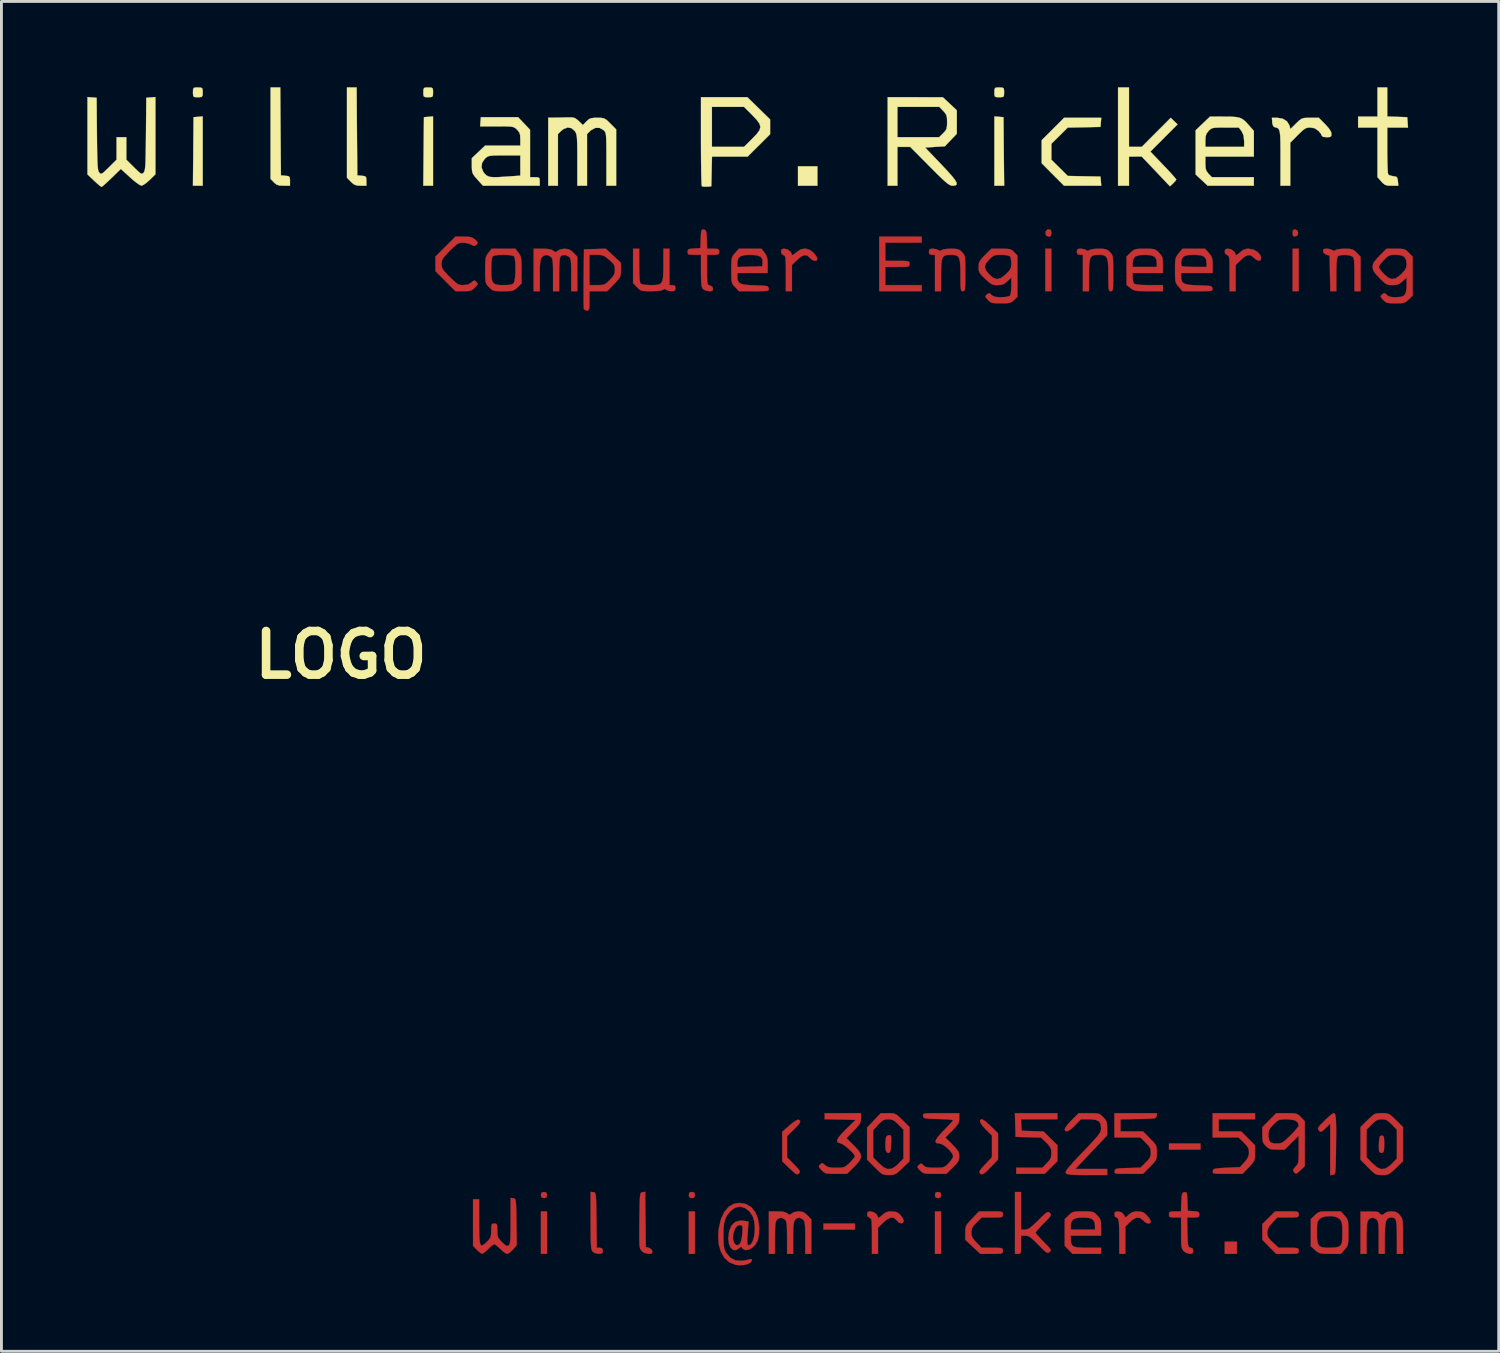
<source format=kicad_pcb>
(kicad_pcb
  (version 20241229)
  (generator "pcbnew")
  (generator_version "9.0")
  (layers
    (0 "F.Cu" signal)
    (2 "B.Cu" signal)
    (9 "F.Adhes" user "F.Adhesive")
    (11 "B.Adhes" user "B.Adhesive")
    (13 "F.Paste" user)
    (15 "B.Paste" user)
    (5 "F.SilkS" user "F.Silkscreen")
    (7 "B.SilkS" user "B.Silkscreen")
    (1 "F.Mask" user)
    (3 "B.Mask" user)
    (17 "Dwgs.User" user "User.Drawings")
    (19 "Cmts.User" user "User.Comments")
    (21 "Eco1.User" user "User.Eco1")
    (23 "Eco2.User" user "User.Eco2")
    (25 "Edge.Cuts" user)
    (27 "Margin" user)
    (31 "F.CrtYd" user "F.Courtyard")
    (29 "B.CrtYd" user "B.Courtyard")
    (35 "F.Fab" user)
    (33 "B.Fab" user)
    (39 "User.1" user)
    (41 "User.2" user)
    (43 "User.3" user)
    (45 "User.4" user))
  (footprint "LOGO"
    (layer "F.Cu")
    (at 8.853 19.817)
    (property "Reference" "LOGO" (at 0 0 0) (layer "F.SilkS") (effects (font (size 1.524 1.524) (thickness 0.3))))
    (attr through_hole)
    (fp_poly (pts (xy 7.197 20.913) (xy 6.985 20.913) (xy 6.985 19.431) (xy 7.197 19.431) (xy 7.197 20.913)) (stroke (width 0.01) (type solid)) (fill yes) (layer "F.Cu"))
    (fp_poly (pts (xy 12.361 20.913) (xy 12.15 20.913) (xy 12.15 19.431) (xy 12.361 19.431) (xy 12.361 20.913)) (stroke (width 0.01) (type solid)) (fill yes) (layer "F.Cu"))
    (fp_poly (pts (xy 17.949 20.066) (xy 16.849 20.066) (xy 16.849 19.854) (xy 17.949 19.854) (xy 17.949 20.066)) (stroke (width 0.01) (type solid)) (fill yes) (layer "F.Cu"))
    (fp_poly (pts (xy 20.955 20.913) (xy 20.743 20.913) (xy 20.743 19.431) (xy 20.955 19.431) (xy 20.955 20.913)) (stroke (width 0.01) (type solid)) (fill yes) (layer "F.Cu"))
    (fp_poly (pts (xy 24.807 -12.7) (xy 24.596 -12.7) (xy 24.596 -14.182) (xy 24.807 -14.182) (xy 24.807 -12.7)) (stroke (width 0.01) (type solid)) (fill yes) (layer "F.Cu"))
    (fp_poly (pts (xy 30.014 17.272) (xy 28.914 17.272) (xy 28.914 17.06) (xy 30.014 17.06) (xy 30.014 17.272)) (stroke (width 0.01) (type solid)) (fill yes) (layer "F.Cu"))
    (fp_poly (pts (xy 31.284 20.913) (xy 30.861 20.913) (xy 30.861 20.489) (xy 31.284 20.489) (xy 31.284 20.913)) (stroke (width 0.01) (type solid)) (fill yes) (layer "F.Cu"))
    (fp_poly (pts (xy 33.443 -12.7) (xy 33.232 -12.7) (xy 33.232 -14.182) (xy 33.443 -14.182) (xy 33.443 -12.7)) (stroke (width 0.01) (type solid)) (fill yes) (layer "F.Cu"))
    (fp_poly (pts (xy 33.327 -14.851) (xy 33.402 -14.815) (xy 33.422 -14.732) (xy 33.399 -14.645) (xy 33.327 -14.613) (xy 33.26 -14.616) (xy 33.235 -14.666) (xy 33.232 -14.732) (xy 33.241 -14.824) (xy 33.28 -14.854) (xy 33.327 -14.851)) (stroke (width 0.01) (type solid)) (fill yes) (layer "F.Cu"))
    (fp_poly (pts (xy 24.784 -14.84) (xy 24.806 -14.767) (xy 24.807 -14.732) (xy 24.794 -14.639) (xy 24.745 -14.606) (xy 24.721 -14.605) (xy 24.64 -14.633) (xy 24.611 -14.668) (xy 24.604 -14.772) (xy 24.658 -14.843) (xy 24.721 -14.859) (xy 24.784 -14.84)) (stroke (width 0.01) (type solid)) (fill yes) (layer "F.Cu"))
    (fp_poly (pts (xy 7.171 18.771) (xy 7.196 18.84) (xy 7.197 18.86) (xy 7.179 18.94) (xy 7.11 18.965) (xy 7.091 18.965) (xy 7.01 18.948) (xy 6.985 18.879) (xy 6.985 18.86) (xy 7.002 18.779) (xy 7.071 18.754) (xy 7.091 18.754) (xy 7.171 18.771)) (stroke (width 0.01) (type solid)) (fill yes) (layer "F.Cu"))
    (fp_poly (pts (xy 12.336 18.771) (xy 12.361 18.84) (xy 12.361 18.86) (xy 12.344 18.94) (xy 12.275 18.965) (xy 12.255 18.965) (xy 12.175 18.948) (xy 12.15 18.879) (xy 12.15 18.86) (xy 12.167 18.779) (xy 12.236 18.754) (xy 12.255 18.754) (xy 12.336 18.771)) (stroke (width 0.01) (type solid)) (fill yes) (layer "F.Cu"))
    (fp_poly (pts (xy 20.93 18.771) (xy 20.955 18.84) (xy 20.955 18.86) (xy 20.938 18.94) (xy 20.869 18.965) (xy 20.849 18.965) (xy 20.769 18.948) (xy 20.744 18.879) (xy 20.743 18.86) (xy 20.761 18.779) (xy 20.83 18.754) (xy 20.849 18.754) (xy 20.93 18.771)) (stroke (width 0.01) (type solid)) (fill yes) (layer "F.Cu"))
    (fp_poly (pts (xy 19.204 16.789) (xy 19.215 16.849) (xy 19.214 16.968) (xy 19.211 17.067) (xy 19.2 17.233) (xy 19.183 17.331) (xy 19.155 17.378) (xy 19.126 17.391) (xy 19.057 17.367) (xy 19.028 17.304) (xy 19.015 17.201) (xy 19.013 17.058) (xy 19.016 16.994) (xy 19.029 16.867) (xy 19.055 16.801) (xy 19.106 16.775) (xy 19.126 16.771) (xy 19.176 16.768) (xy 19.204 16.789)) (stroke (width 0.01) (type solid)) (fill yes) (layer "F.Cu"))
    (fp_poly (pts (xy 36.388 16.793) (xy 36.413 16.829) (xy 36.425 16.912) (xy 36.428 17.058) (xy 36.428 17.081) (xy 36.425 17.24) (xy 36.412 17.333) (xy 36.385 17.378) (xy 36.354 17.391) (xy 36.28 17.374) (xy 36.256 17.344) (xy 36.245 17.271) (xy 36.242 17.145) (xy 36.246 17.034) (xy 36.257 16.894) (xy 36.276 16.818) (xy 36.311 16.789) (xy 36.343 16.785) (xy 36.388 16.793)) (stroke (width 0.01) (type solid)) (fill yes) (layer "F.Cu"))
    (fp_poly (pts (xy 20.278 -14.393) (xy 19.008 -14.393) (xy 19.008 -13.758) (xy 19.431 -13.758) (xy 19.623 -13.758) (xy 19.746 -13.753) (xy 19.815 -13.741) (xy 19.846 -13.717) (xy 19.854 -13.678) (xy 19.854 -13.652) (xy 19.852 -13.604) (xy 19.834 -13.574) (xy 19.785 -13.556) (xy 19.689 -13.549) (xy 19.532 -13.547) (xy 19.431 -13.547) (xy 19.008 -13.547) (xy 19.008 -12.912) (xy 20.278 -12.912) (xy 20.278 -12.7) (xy 18.796 -12.7) (xy 18.796 -14.605) (xy 20.278 -14.605) (xy 20.278 -14.393)) (stroke (width 0.01) (type solid)) (fill yes) (layer "F.Cu"))
    (fp_poly (pts (xy 22.441 16.242) (xy 22.541 16.318) (xy 22.662 16.426) (xy 22.697 16.461) (xy 22.945 16.708) (xy 22.945 17.616) (xy 22.723 17.85) (xy 22.575 18.001) (xy 22.47 18.093) (xy 22.396 18.132) (xy 22.341 18.126) (xy 22.31 18.098) (xy 22.294 18.056) (xy 22.316 17.998) (xy 22.384 17.909) (xy 22.496 17.788) (xy 22.733 17.54) (xy 22.733 16.782) (xy 22.521 16.573) (xy 22.394 16.433) (xy 22.324 16.321) (xy 22.314 16.246) (xy 22.367 16.214) (xy 22.38 16.214) (xy 22.441 16.242)) (stroke (width 0.01) (type solid)) (fill yes) (layer "F.Cu"))
    (fp_poly (pts (xy 15.982 16.229) (xy 16.033 16.265) (xy 16.032 16.321) (xy 15.974 16.407) (xy 15.856 16.532) (xy 15.812 16.575) (xy 15.579 16.799) (xy 15.579 17.545) (xy 15.821 17.789) (xy 15.939 17.912) (xy 16.005 17.991) (xy 16.027 18.042) (xy 16.013 18.081) (xy 15.993 18.103) (xy 15.955 18.133) (xy 15.912 18.133) (xy 15.85 18.094) (xy 15.754 18.01) (xy 15.666 17.928) (xy 15.409 17.682) (xy 15.409 16.65) (xy 15.665 16.428) (xy 15.806 16.314) (xy 15.916 16.245) (xy 15.981 16.229) (xy 15.982 16.229)) (stroke (width 0.01) (type solid)) (fill yes) (layer "F.Cu"))
    (fp_poly (pts (xy 8.816 18.761) (xy 8.847 18.767) (xy 8.87 18.783) (xy 8.887 18.818) (xy 8.899 18.883) (xy 8.908 18.988) (xy 8.914 19.144) (xy 8.918 19.362) (xy 8.922 19.651) (xy 8.923 19.738) (xy 8.934 20.701) (xy 9.039 20.701) (xy 9.119 20.719) (xy 9.144 20.788) (xy 9.144 20.807) (xy 9.132 20.88) (xy 9.08 20.908) (xy 9.002 20.913) (xy 8.871 20.887) (xy 8.791 20.835) (xy 8.768 20.801) (xy 8.751 20.749) (xy 8.739 20.667) (xy 8.73 20.544) (xy 8.724 20.372) (xy 8.722 20.138) (xy 8.721 19.833) (xy 8.721 19.753) (xy 8.721 18.748) (xy 8.816 18.761)) (stroke (width 0.01) (type solid)) (fill yes) (layer "F.Cu"))
    (fp_poly (pts (xy 10.635 19.712) (xy 10.647 20.676) (xy 10.753 20.701) (xy 10.846 20.757) (xy 10.872 20.819) (xy 10.869 20.883) (xy 10.822 20.909) (xy 10.742 20.913) (xy 10.584 20.875) (xy 10.505 20.814) (xy 10.476 20.779) (xy 10.453 20.74) (xy 10.437 20.685) (xy 10.427 20.603) (xy 10.421 20.483) (xy 10.419 20.312) (xy 10.42 20.081) (xy 10.423 19.777) (xy 10.424 19.745) (xy 10.428 19.435) (xy 10.432 19.198) (xy 10.437 19.026) (xy 10.444 18.908) (xy 10.455 18.833) (xy 10.471 18.79) (xy 10.493 18.77) (xy 10.521 18.763) (xy 10.53 18.761) (xy 10.624 18.748) (xy 10.635 19.712)) (stroke (width 0.01) (type solid)) (fill yes) (layer "F.Cu"))
    (fp_poly (pts (xy 25.019 16.214) (xy 23.744 16.214) (xy 23.757 16.415) (xy 23.77 16.616) (xy 24.151 16.628) (xy 24.532 16.64) (xy 24.776 16.881) (xy 25.019 17.121) (xy 25.019 17.677) (xy 24.795 17.898) (xy 24.572 18.119) (xy 23.58 18.119) (xy 23.58 17.907) (xy 24.494 17.907) (xy 24.651 17.746) (xy 24.747 17.636) (xy 24.794 17.539) (xy 24.807 17.418) (xy 24.807 17.395) (xy 24.8 17.278) (xy 24.766 17.188) (xy 24.692 17.094) (xy 24.627 17.028) (xy 24.448 16.852) (xy 24.003 16.84) (xy 23.558 16.828) (xy 23.546 16.415) (xy 23.534 16.002) (xy 25.019 16.002) (xy 25.019 16.214)) (stroke (width 0.01) (type solid)) (fill yes) (layer "F.Cu"))
    (fp_poly (pts (xy 34.691 16.011) (xy 34.714 16.045) (xy 34.73 16.112) (xy 34.742 16.222) (xy 34.748 16.383) (xy 34.751 16.604) (xy 34.749 16.894) (xy 34.746 17.166) (xy 34.742 17.477) (xy 34.738 17.714) (xy 34.733 17.887) (xy 34.726 18.006) (xy 34.714 18.081) (xy 34.699 18.124) (xy 34.677 18.144) (xy 34.649 18.152) (xy 34.639 18.153) (xy 34.544 18.167) (xy 34.544 16.366) (xy 34.382 16.524) (xy 34.287 16.613) (xy 34.23 16.65) (xy 34.188 16.641) (xy 34.15 16.604) (xy 34.121 16.563) (xy 34.119 16.522) (xy 34.154 16.464) (xy 34.235 16.375) (xy 34.345 16.264) (xy 34.469 16.147) (xy 34.575 16.056) (xy 34.646 16.007) (xy 34.661 16.002) (xy 34.691 16.011)) (stroke (width 0.01) (type solid)) (fill yes) (layer "F.Cu"))
    (fp_poly (pts (xy 27.954 19.443) (xy 28.055 19.49) (xy 28.143 19.571) (xy 28.225 19.67) (xy 28.273 19.757) (xy 28.279 19.782) (xy 28.25 19.842) (xy 28.178 19.852) (xy 28.09 19.815) (xy 28.017 19.748) (xy 27.905 19.657) (xy 27.777 19.65) (xy 27.634 19.725) (xy 27.546 19.803) (xy 27.39 19.964) (xy 27.39 20.913) (xy 27.178 20.913) (xy 27.178 20.345) (xy 27.176 20.082) (xy 27.17 19.893) (xy 27.158 19.766) (xy 27.138 19.69) (xy 27.107 19.652) (xy 27.068 19.643) (xy 27.022 19.606) (xy 27.009 19.537) (xy 27.022 19.461) (xy 27.081 19.433) (xy 27.135 19.431) (xy 27.26 19.464) (xy 27.331 19.539) (xy 27.402 19.647) (xy 27.515 19.539) (xy 27.622 19.463) (xy 27.752 19.433) (xy 27.818 19.431) (xy 27.954 19.443)) (stroke (width 0.01) (type solid)) (fill yes) (layer "F.Cu"))
    (fp_poly (pts (xy 16.386 -14.135) (xy 16.502 -14.042) (xy 16.584 -13.943) (xy 16.632 -13.856) (xy 16.637 -13.83) (xy 16.608 -13.771) (xy 16.537 -13.761) (xy 16.448 -13.797) (xy 16.375 -13.864) (xy 16.28 -13.948) (xy 16.175 -13.959) (xy 16.051 -13.897) (xy 15.93 -13.792) (xy 15.748 -13.614) (xy 15.748 -12.7) (xy 15.536 -12.7) (xy 15.536 -13.318) (xy 15.536 -13.559) (xy 15.532 -13.728) (xy 15.525 -13.839) (xy 15.512 -13.905) (xy 15.49 -13.94) (xy 15.46 -13.955) (xy 15.452 -13.958) (xy 15.381 -14.014) (xy 15.367 -14.081) (xy 15.383 -14.155) (xy 15.447 -14.18) (xy 15.487 -14.182) (xy 15.606 -14.151) (xy 15.703 -14.076) (xy 15.747 -13.98) (xy 15.748 -13.969) (xy 15.774 -13.959) (xy 15.842 -14.005) (xy 15.888 -14.046) (xy 16.052 -14.159) (xy 16.22 -14.188) (xy 16.386 -14.135)) (stroke (width 0.01) (type solid)) (fill yes) (layer "F.Cu"))
    (fp_poly (pts (xy 31.855 -14.153) (xy 31.995 -14.079) (xy 32.095 -13.974) (xy 32.131 -13.86) (xy 32.106 -13.779) (xy 32.039 -13.762) (xy 31.945 -13.809) (xy 31.883 -13.865) (xy 31.778 -13.947) (xy 31.671 -13.959) (xy 31.55 -13.901) (xy 31.424 -13.792) (xy 31.242 -13.614) (xy 31.242 -12.7) (xy 31.03 -12.7) (xy 31.03 -13.318) (xy 31.03 -13.559) (xy 31.026 -13.728) (xy 31.019 -13.839) (xy 31.006 -13.905) (xy 30.984 -13.94) (xy 30.954 -13.955) (xy 30.946 -13.958) (xy 30.875 -14.014) (xy 30.861 -14.081) (xy 30.877 -14.155) (xy 30.941 -14.18) (xy 30.981 -14.182) (xy 31.1 -14.151) (xy 31.197 -14.076) (xy 31.241 -13.98) (xy 31.242 -13.969) (xy 31.268 -13.959) (xy 31.336 -14.005) (xy 31.382 -14.046) (xy 31.497 -14.139) (xy 31.613 -14.177) (xy 31.696 -14.182) (xy 31.855 -14.153)) (stroke (width 0.01) (type solid)) (fill yes) (layer "F.Cu"))
    (fp_poly (pts (xy 19.365 19.444) (xy 19.466 19.492) (xy 19.525 19.547) (xy 19.619 19.669) (xy 19.651 19.768) (xy 19.619 19.831) (xy 19.575 19.846) (xy 19.477 19.819) (xy 19.415 19.751) (xy 19.319 19.659) (xy 19.2 19.647) (xy 19.059 19.715) (xy 18.935 19.821) (xy 18.754 19.999) (xy 18.754 20.913) (xy 18.542 20.913) (xy 18.542 20.295) (xy 18.541 20.054) (xy 18.538 19.885) (xy 18.531 19.774) (xy 18.517 19.707) (xy 18.496 19.673) (xy 18.465 19.657) (xy 18.457 19.655) (xy 18.386 19.598) (xy 18.373 19.532) (xy 18.388 19.458) (xy 18.453 19.432) (xy 18.493 19.431) (xy 18.612 19.461) (xy 18.708 19.537) (xy 18.753 19.633) (xy 18.754 19.644) (xy 18.779 19.653) (xy 18.847 19.608) (xy 18.893 19.566) (xy 19.005 19.476) (xy 19.116 19.437) (xy 19.224 19.431) (xy 19.365 19.444)) (stroke (width 0.01) (type solid)) (fill yes) (layer "F.Cu"))
    (fp_poly (pts (xy 31.919 16.214) (xy 30.649 16.214) (xy 30.649 16.637) (xy 31.435 16.637) (xy 31.677 16.882) (xy 31.919 17.126) (xy 31.919 17.392) (xy 31.917 17.531) (xy 31.901 17.627) (xy 31.859 17.709) (xy 31.78 17.805) (xy 31.702 17.888) (xy 31.484 18.119) (xy 30.958 18.119) (xy 30.739 18.118) (xy 30.592 18.115) (xy 30.503 18.107) (xy 30.457 18.091) (xy 30.443 18.065) (xy 30.445 18.026) (xy 30.445 18.023) (xy 30.456 17.982) (xy 30.484 17.953) (xy 30.544 17.935) (xy 30.651 17.922) (xy 30.821 17.912) (xy 30.926 17.907) (xy 31.393 17.886) (xy 31.55 17.711) (xy 31.65 17.586) (xy 31.697 17.477) (xy 31.708 17.371) (xy 31.697 17.263) (xy 31.656 17.172) (xy 31.568 17.068) (xy 31.526 17.027) (xy 31.345 16.849) (xy 30.438 16.849) (xy 30.438 16.002) (xy 31.919 16.002) (xy 31.919 16.214)) (stroke (width 0.01) (type solid)) (fill yes) (layer "F.Cu"))
    (fp_poly (pts (xy 10.414 -13.597) (xy 10.418 -13.319) (xy 10.428 -13.122) (xy 10.447 -13.002) (xy 10.465 -12.962) (xy 10.535 -12.935) (xy 10.669 -12.917) (xy 10.818 -12.912) (xy 10.98 -12.915) (xy 11.097 -12.931) (xy 11.175 -12.974) (xy 11.224 -13.054) (xy 11.249 -13.184) (xy 11.259 -13.375) (xy 11.261 -13.624) (xy 11.261 -14.182) (xy 11.472 -14.182) (xy 11.472 -12.912) (xy 11.578 -12.912) (xy 11.659 -12.894) (xy 11.684 -12.825) (xy 11.684 -12.806) (xy 11.672 -12.733) (xy 11.619 -12.704) (xy 11.544 -12.7) (xy 11.432 -12.715) (xy 11.355 -12.75) (xy 11.354 -12.751) (xy 11.296 -12.78) (xy 11.252 -12.751) (xy 11.18 -12.723) (xy 11.037 -12.706) (xy 10.837 -12.7) (xy 10.66 -12.701) (xy 10.544 -12.71) (xy 10.466 -12.732) (xy 10.404 -12.775) (xy 10.338 -12.84) (xy 10.202 -12.979) (xy 10.202 -14.182) (xy 10.414 -14.182) (xy 10.414 -13.597)) (stroke (width 0.01) (type solid)) (fill yes) (layer "F.Cu"))
    (fp_poly (pts (xy 33.221 19.432) (xy 33.341 19.436) (xy 33.407 19.449) (xy 33.436 19.474) (xy 33.443 19.516) (xy 33.443 19.537) (xy 33.44 19.587) (xy 33.42 19.618) (xy 33.366 19.635) (xy 33.262 19.641) (xy 33.092 19.643) (xy 33.068 19.643) (xy 32.692 19.643) (xy 32.517 19.832) (xy 32.411 19.96) (xy 32.358 20.064) (xy 32.343 20.173) (xy 32.343 20.178) (xy 32.353 20.276) (xy 32.393 20.36) (xy 32.479 20.457) (xy 32.543 20.517) (xy 32.743 20.701) (xy 33.093 20.701) (xy 33.265 20.702) (xy 33.368 20.709) (xy 33.421 20.726) (xy 33.441 20.759) (xy 33.443 20.807) (xy 33.44 20.856) (xy 33.421 20.887) (xy 33.369 20.904) (xy 33.269 20.911) (xy 33.104 20.913) (xy 33.05 20.913) (xy 32.658 20.913) (xy 32.415 20.668) (xy 32.173 20.423) (xy 32.173 19.873) (xy 32.397 19.652) (xy 32.62 19.431) (xy 33.032 19.431) (xy 33.221 19.432)) (stroke (width 0.01) (type solid)) (fill yes) (layer "F.Cu"))
    (fp_poly (pts (xy 35.207 -14.178) (xy 35.308 -14.162) (xy 35.382 -14.121) (xy 35.461 -14.048) (xy 35.467 -14.042) (xy 35.602 -13.902) (xy 35.602 -12.7) (xy 35.391 -12.7) (xy 35.391 -13.277) (xy 35.389 -13.514) (xy 35.384 -13.68) (xy 35.374 -13.79) (xy 35.357 -13.858) (xy 35.331 -13.899) (xy 35.317 -13.911) (xy 35.224 -13.948) (xy 35.09 -13.966) (xy 34.952 -13.963) (xy 34.842 -13.94) (xy 34.806 -13.919) (xy 34.783 -13.855) (xy 34.766 -13.714) (xy 34.758 -13.495) (xy 34.756 -13.284) (xy 34.756 -12.7) (xy 34.546 -12.7) (xy 34.535 -13.323) (xy 34.523 -13.945) (xy 34.417 -13.97) (xy 34.324 -14.026) (xy 34.298 -14.088) (xy 34.3 -14.152) (xy 34.349 -14.178) (xy 34.427 -14.182) (xy 34.54 -14.167) (xy 34.618 -14.133) (xy 34.62 -14.131) (xy 34.678 -14.102) (xy 34.722 -14.131) (xy 34.791 -14.159) (xy 34.921 -14.177) (xy 35.052 -14.182) (xy 35.207 -14.178)) (stroke (width 0.01) (type solid)) (fill yes) (layer "F.Cu"))
    (fp_poly (pts (xy 19.237 16.004) (xy 19.328 16.019) (xy 19.406 16.058) (xy 19.496 16.133) (xy 19.61 16.244) (xy 19.854 16.486) (xy 19.854 17.682) (xy 19.603 17.922) (xy 19.476 18.041) (xy 19.384 18.112) (xy 19.304 18.147) (xy 19.212 18.16) (xy 19.131 18.161) (xy 19.022 18.158) (xy 18.941 18.142) (xy 18.865 18.101) (xy 18.773 18.022) (xy 18.643 17.895) (xy 18.373 17.625) (xy 18.373 16.593) (xy 18.584 16.593) (xy 18.584 17.544) (xy 18.784 17.747) (xy 18.948 17.889) (xy 19.092 17.953) (xy 19.229 17.941) (xy 19.374 17.852) (xy 19.465 17.768) (xy 19.643 17.586) (xy 19.643 16.577) (xy 19.465 16.395) (xy 19.352 16.29) (xy 19.262 16.235) (xy 19.164 16.215) (xy 19.11 16.214) (xy 19.002 16.222) (xy 18.916 16.257) (xy 18.825 16.334) (xy 18.759 16.403) (xy 18.584 16.593) (xy 18.373 16.593) (xy 18.373 16.504) (xy 18.612 16.253) (xy 18.851 16.002) (xy 19.108 16.002) (xy 19.237 16.004)) (stroke (width 0.01) (type solid)) (fill yes) (layer "F.Cu"))
    (fp_poly (pts (xy 22.887 19.432) (xy 23.009 19.436) (xy 23.076 19.449) (xy 23.106 19.473) (xy 23.114 19.514) (xy 23.114 19.537) (xy 23.111 19.588) (xy 23.09 19.619) (xy 23.036 19.635) (xy 22.931 19.642) (xy 22.758 19.643) (xy 22.745 19.643) (xy 22.376 19.643) (xy 22.195 19.821) (xy 22.089 19.934) (xy 22.034 20.026) (xy 22.014 20.124) (xy 22.013 20.168) (xy 22.024 20.279) (xy 22.065 20.373) (xy 22.153 20.48) (xy 22.191 20.519) (xy 22.37 20.701) (xy 22.742 20.701) (xy 22.92 20.702) (xy 23.029 20.708) (xy 23.087 20.723) (xy 23.11 20.753) (xy 23.114 20.801) (xy 23.114 20.807) (xy 23.111 20.856) (xy 23.092 20.887) (xy 23.04 20.904) (xy 22.939 20.911) (xy 22.774 20.913) (xy 22.722 20.913) (xy 22.329 20.913) (xy 22.065 20.668) (xy 21.802 20.423) (xy 21.802 20.178) (xy 21.804 20.054) (xy 21.82 19.965) (xy 21.861 19.885) (xy 21.94 19.79) (xy 22.041 19.682) (xy 22.28 19.431) (xy 22.697 19.431) (xy 22.887 19.432)) (stroke (width 0.01) (type solid)) (fill yes) (layer "F.Cu"))
    (fp_poly (pts (xy 26.089 19.432) (xy 26.204 19.441) (xy 26.281 19.464) (xy 26.344 19.508) (xy 26.408 19.571) (xy 26.481 19.654) (xy 26.522 19.731) (xy 26.539 19.833) (xy 26.543 19.988) (xy 26.543 19.994) (xy 26.543 20.278) (xy 25.485 20.278) (xy 25.486 20.415) (xy 25.494 20.53) (xy 25.525 20.609) (xy 25.592 20.659) (xy 25.706 20.687) (xy 25.883 20.699) (xy 26.071 20.701) (xy 26.543 20.701) (xy 26.543 20.913) (xy 25.544 20.913) (xy 25.408 20.773) (xy 25.273 20.633) (xy 25.273 19.924) (xy 25.485 19.924) (xy 25.485 20.066) (xy 26.331 20.066) (xy 26.331 19.932) (xy 26.311 19.794) (xy 26.244 19.706) (xy 26.118 19.658) (xy 25.923 19.643) (xy 25.915 19.643) (xy 25.713 19.656) (xy 25.581 19.701) (xy 25.508 19.785) (xy 25.485 19.914) (xy 25.485 19.924) (xy 25.273 19.924) (xy 25.273 19.702) (xy 25.413 19.566) (xy 25.485 19.5) (xy 25.551 19.46) (xy 25.634 19.44) (xy 25.759 19.432) (xy 25.912 19.431) (xy 26.089 19.432)) (stroke (width 0.01) (type solid)) (fill yes) (layer "F.Cu"))
    (fp_poly (pts (xy 36.47 16.004) (xy 36.559 16.019) (xy 36.637 16.059) (xy 36.728 16.136) (xy 36.839 16.244) (xy 37.084 16.486) (xy 37.084 17.682) (xy 36.833 17.922) (xy 36.706 18.04) (xy 36.614 18.111) (xy 36.534 18.147) (xy 36.442 18.16) (xy 36.356 18.161) (xy 36.245 18.158) (xy 36.162 18.143) (xy 36.086 18.102) (xy 35.996 18.024) (xy 35.868 17.898) (xy 35.866 17.895) (xy 35.602 17.63) (xy 35.602 16.577) (xy 35.814 16.577) (xy 35.814 17.544) (xy 36.013 17.747) (xy 36.177 17.889) (xy 36.321 17.953) (xy 36.459 17.941) (xy 36.604 17.852) (xy 36.694 17.768) (xy 36.872 17.586) (xy 36.872 16.577) (xy 36.694 16.395) (xy 36.581 16.289) (xy 36.491 16.234) (xy 36.392 16.215) (xy 36.343 16.214) (xy 36.233 16.223) (xy 36.143 16.262) (xy 36.043 16.345) (xy 35.992 16.395) (xy 35.814 16.577) (xy 35.602 16.577) (xy 35.602 16.486) (xy 35.847 16.244) (xy 35.97 16.125) (xy 36.058 16.053) (xy 36.136 16.016) (xy 36.229 16.004) (xy 36.343 16.002) (xy 36.47 16.004)) (stroke (width 0.01) (type solid)) (fill yes) (layer "F.Cu"))
    (fp_poly (pts (xy 7.222 -14.175) (xy 7.344 -14.152) (xy 7.416 -14.112) (xy 7.48 -14.065) (xy 7.533 -14.08) (xy 7.57 -14.112) (xy 7.67 -14.161) (xy 7.807 -14.182) (xy 7.816 -14.182) (xy 7.945 -14.166) (xy 8.049 -14.108) (xy 8.12 -14.042) (xy 8.255 -13.902) (xy 8.255 -12.7) (xy 8.043 -12.7) (xy 8.043 -13.265) (xy 8.042 -13.499) (xy 8.037 -13.663) (xy 8.026 -13.772) (xy 8.008 -13.841) (xy 7.98 -13.885) (xy 7.966 -13.9) (xy 7.852 -13.961) (xy 7.735 -13.958) (xy 7.671 -13.919) (xy 7.647 -13.855) (xy 7.631 -13.714) (xy 7.622 -13.495) (xy 7.62 -13.284) (xy 7.62 -12.7) (xy 7.408 -12.7) (xy 7.408 -13.265) (xy 7.407 -13.499) (xy 7.402 -13.663) (xy 7.391 -13.772) (xy 7.373 -13.841) (xy 7.345 -13.885) (xy 7.331 -13.9) (xy 7.212 -13.963) (xy 7.094 -13.949) (xy 7.009 -13.876) (xy 6.979 -13.814) (xy 6.96 -13.718) (xy 6.948 -13.572) (xy 6.943 -13.363) (xy 6.943 -13.241) (xy 6.943 -12.7) (xy 6.731 -12.7) (xy 6.731 -14.182) (xy 7.035 -14.182) (xy 7.222 -14.175)) (stroke (width 0.01) (type solid)) (fill yes) (layer "F.Cu"))
    (fp_poly (pts (xy 9.514 -13.936) (xy 9.779 -13.689) (xy 9.779 -13.446) (xy 9.776 -13.322) (xy 9.76 -13.233) (xy 9.719 -13.153) (xy 9.64 -13.058) (xy 9.54 -12.951) (xy 9.3 -12.7) (xy 8.678 -12.7) (xy 8.678 -12.361) (xy 8.677 -12.193) (xy 8.669 -12.092) (xy 8.65 -12.041) (xy 8.616 -12.024) (xy 8.592 -12.023) (xy 8.513 -12.046) (xy 8.486 -12.076) (xy 8.48 -12.132) (xy 8.477 -12.261) (xy 8.474 -12.449) (xy 8.474 -12.684) (xy 8.475 -12.912) (xy 8.678 -12.912) (xy 8.945 -12.912) (xy 9.094 -12.915) (xy 9.192 -12.934) (xy 9.273 -12.983) (xy 9.371 -13.074) (xy 9.389 -13.093) (xy 9.494 -13.209) (xy 9.548 -13.303) (xy 9.566 -13.404) (xy 9.567 -13.45) (xy 9.56 -13.554) (xy 9.528 -13.635) (xy 9.455 -13.718) (xy 9.366 -13.797) (xy 9.246 -13.894) (xy 9.15 -13.946) (xy 9.044 -13.966) (xy 8.922 -13.97) (xy 8.678 -13.97) (xy 8.678 -12.912) (xy 8.475 -12.912) (xy 8.475 -12.955) (xy 8.476 -13.145) (xy 8.488 -14.161) (xy 8.869 -14.172) (xy 9.25 -14.183) (xy 9.514 -13.936)) (stroke (width 0.01) (type solid)) (fill yes) (layer "F.Cu"))
    (fp_poly (pts (xy 28.483 16.097) (xy 28.474 16.134) (xy 28.453 16.16) (xy 28.406 16.178) (xy 28.319 16.189) (xy 28.181 16.196) (xy 27.977 16.202) (xy 27.845 16.204) (xy 27.22 16.216) (xy 27.22 16.637) (xy 28.006 16.637) (xy 28.248 16.882) (xy 28.368 17.005) (xy 28.44 17.093) (xy 28.476 17.171) (xy 28.489 17.264) (xy 28.49 17.378) (xy 28.488 17.504) (xy 28.473 17.594) (xy 28.433 17.672) (xy 28.357 17.763) (xy 28.248 17.874) (xy 28.006 18.119) (xy 27.504 18.119) (xy 27.292 18.118) (xy 27.151 18.115) (xy 27.066 18.106) (xy 27.025 18.088) (xy 27.013 18.06) (xy 27.016 18.023) (xy 27.027 17.981) (xy 27.055 17.953) (xy 27.115 17.935) (xy 27.224 17.925) (xy 27.396 17.918) (xy 27.474 17.916) (xy 27.919 17.904) (xy 28.099 17.727) (xy 28.204 17.615) (xy 28.259 17.524) (xy 28.278 17.424) (xy 28.279 17.378) (xy 28.269 17.268) (xy 28.231 17.177) (xy 28.147 17.077) (xy 28.097 17.027) (xy 27.916 16.849) (xy 27.009 16.849) (xy 27.009 16.002) (xy 28.496 16.002) (xy 28.483 16.097)) (stroke (width 0.01) (type solid)) (fill yes) (layer "F.Cu"))
    (fp_poly (pts (xy 15.412 19.439) (xy 15.531 19.467) (xy 15.586 19.501) (xy 15.65 19.548) (xy 15.703 19.533) (xy 15.741 19.501) (xy 15.84 19.452) (xy 15.977 19.431) (xy 15.986 19.431) (xy 16.115 19.446) (xy 16.22 19.505) (xy 16.29 19.571) (xy 16.425 19.71) (xy 16.425 20.913) (xy 16.214 20.913) (xy 16.214 20.348) (xy 16.212 20.114) (xy 16.207 19.95) (xy 16.196 19.841) (xy 16.178 19.772) (xy 16.151 19.727) (xy 16.136 19.713) (xy 16.024 19.649) (xy 15.92 19.669) (xy 15.86 19.72) (xy 15.831 19.767) (xy 15.811 19.84) (xy 15.798 19.954) (xy 15.792 20.124) (xy 15.79 20.355) (xy 15.79 20.913) (xy 15.579 20.913) (xy 15.579 20.348) (xy 15.577 20.114) (xy 15.572 19.95) (xy 15.561 19.841) (xy 15.543 19.772) (xy 15.516 19.727) (xy 15.501 19.713) (xy 15.389 19.649) (xy 15.285 19.669) (xy 15.225 19.72) (xy 15.196 19.767) (xy 15.176 19.84) (xy 15.163 19.954) (xy 15.157 20.124) (xy 15.155 20.355) (xy 15.155 20.913) (xy 14.944 20.913) (xy 14.944 19.431) (xy 15.226 19.431) (xy 15.412 19.439)) (stroke (width 0.01) (type solid)) (fill yes) (layer "F.Cu"))
    (fp_poly (pts (xy 12.67 -14.851) (xy 12.718 -14.837) (xy 12.747 -14.801) (xy 12.763 -14.723) (xy 12.773 -14.587) (xy 12.776 -14.51) (xy 12.788 -14.182) (xy 12.998 -14.182) (xy 13.123 -14.178) (xy 13.185 -14.16) (xy 13.206 -14.117) (xy 13.208 -14.076) (xy 13.201 -14.013) (xy 13.166 -13.982) (xy 13.081 -13.971) (xy 12.996 -13.97) (xy 12.785 -13.97) (xy 12.785 -13.444) (xy 12.785 -13.225) (xy 12.789 -13.077) (xy 12.798 -12.985) (xy 12.815 -12.935) (xy 12.842 -12.912) (xy 12.88 -12.904) (xy 12.966 -12.856) (xy 12.989 -12.795) (xy 12.986 -12.731) (xy 12.94 -12.704) (xy 12.858 -12.7) (xy 12.723 -12.725) (xy 12.643 -12.777) (xy 12.613 -12.824) (xy 12.593 -12.897) (xy 12.581 -13.012) (xy 12.575 -13.182) (xy 12.573 -13.412) (xy 12.573 -13.97) (xy 12.34 -13.97) (xy 12.207 -13.973) (xy 12.137 -13.987) (xy 12.111 -14.023) (xy 12.107 -14.074) (xy 12.115 -14.135) (xy 12.152 -14.168) (xy 12.239 -14.184) (xy 12.33 -14.19) (xy 12.552 -14.203) (xy 12.564 -14.534) (xy 12.572 -14.699) (xy 12.583 -14.797) (xy 12.604 -14.843) (xy 12.64 -14.854) (xy 12.67 -14.851)) (stroke (width 0.01) (type solid)) (fill yes) (layer "F.Cu"))
    (fp_poly (pts (xy 28.248 -14.18) (xy 28.363 -14.171) (xy 28.44 -14.148) (xy 28.503 -14.105) (xy 28.567 -14.042) (xy 28.64 -13.959) (xy 28.681 -13.882) (xy 28.698 -13.78) (xy 28.702 -13.625) (xy 28.702 -13.619) (xy 28.702 -13.335) (xy 27.644 -13.335) (xy 27.644 -13.174) (xy 27.656 -13.056) (xy 27.687 -12.971) (xy 27.694 -12.962) (xy 27.767 -12.936) (xy 27.922 -12.919) (xy 28.158 -12.912) (xy 28.224 -12.912) (xy 28.702 -12.912) (xy 28.702 -12.7) (xy 28.205 -12.7) (xy 27.99 -12.702) (xy 27.841 -12.707) (xy 27.74 -12.721) (xy 27.668 -12.744) (xy 27.606 -12.782) (xy 27.57 -12.809) (xy 27.432 -12.918) (xy 27.432 -13.688) (xy 27.644 -13.688) (xy 27.644 -13.547) (xy 28.49 -13.547) (xy 28.49 -13.681) (xy 28.47 -13.818) (xy 28.403 -13.907) (xy 28.277 -13.955) (xy 28.082 -13.97) (xy 28.074 -13.97) (xy 27.872 -13.957) (xy 27.74 -13.912) (xy 27.667 -13.828) (xy 27.644 -13.699) (xy 27.644 -13.688) (xy 27.432 -13.688) (xy 27.432 -13.911) (xy 27.572 -14.046) (xy 27.644 -14.112) (xy 27.71 -14.152) (xy 27.793 -14.173) (xy 27.918 -14.181) (xy 28.071 -14.182) (xy 28.248 -14.18)) (stroke (width 0.01) (type solid)) (fill yes) (layer "F.Cu"))
    (fp_poly (pts (xy 29.527 18.784) (xy 29.544 18.849) (xy 29.553 18.972) (xy 29.557 19.079) (xy 29.57 19.41) (xy 29.771 19.423) (xy 29.893 19.435) (xy 29.952 19.46) (xy 29.971 19.51) (xy 29.972 19.539) (xy 29.965 19.6) (xy 29.929 19.631) (xy 29.843 19.642) (xy 29.759 19.643) (xy 29.546 19.643) (xy 29.558 20.161) (xy 29.564 20.378) (xy 29.571 20.525) (xy 29.582 20.615) (xy 29.601 20.664) (xy 29.63 20.686) (xy 29.665 20.693) (xy 29.741 20.731) (xy 29.76 20.81) (xy 29.745 20.885) (xy 29.682 20.911) (xy 29.641 20.913) (xy 29.514 20.878) (xy 29.429 20.815) (xy 29.391 20.767) (xy 29.365 20.711) (xy 29.349 20.629) (xy 29.34 20.505) (xy 29.337 20.322) (xy 29.337 20.18) (xy 29.337 19.643) (xy 29.125 19.643) (xy 29 19.639) (xy 28.937 19.622) (xy 28.916 19.579) (xy 28.914 19.537) (xy 28.921 19.474) (xy 28.956 19.443) (xy 29.041 19.432) (xy 29.124 19.431) (xy 29.333 19.431) (xy 29.346 19.103) (xy 29.354 18.937) (xy 29.367 18.837) (xy 29.39 18.786) (xy 29.43 18.766) (xy 29.452 18.762) (xy 29.499 18.76) (xy 29.527 18.784)) (stroke (width 0.01) (type solid)) (fill yes) (layer "F.Cu"))
    (fp_poly (pts (xy 23.749 20.066) (xy 23.886 20.066) (xy 23.958 20.056) (xy 24.034 20.021) (xy 24.13 19.948) (xy 24.259 19.829) (xy 24.351 19.739) (xy 24.496 19.597) (xy 24.594 19.507) (xy 24.659 19.461) (xy 24.702 19.452) (xy 24.738 19.471) (xy 24.753 19.485) (xy 24.783 19.523) (xy 24.786 19.563) (xy 24.754 19.619) (xy 24.678 19.705) (xy 24.55 19.836) (xy 24.541 19.845) (xy 24.419 19.973) (xy 24.322 20.08) (xy 24.266 20.153) (xy 24.257 20.172) (xy 24.285 20.218) (xy 24.361 20.307) (xy 24.47 20.425) (xy 24.541 20.498) (xy 24.672 20.631) (xy 24.75 20.719) (xy 24.783 20.774) (xy 24.78 20.811) (xy 24.748 20.843) (xy 24.742 20.848) (xy 24.701 20.873) (xy 24.658 20.872) (xy 24.601 20.837) (xy 24.515 20.76) (xy 24.387 20.632) (xy 24.351 20.595) (xy 24.206 20.449) (xy 24.102 20.355) (xy 24.021 20.303) (xy 23.949 20.281) (xy 23.896 20.278) (xy 23.749 20.278) (xy 23.749 20.595) (xy 23.748 20.757) (xy 23.74 20.851) (xy 23.719 20.897) (xy 23.68 20.912) (xy 23.643 20.913) (xy 23.537 20.913) (xy 23.537 18.754) (xy 23.749 18.754) (xy 23.749 20.066)) (stroke (width 0.01) (type solid)) (fill yes) (layer "F.Cu"))
    (fp_poly (pts (xy 26.3 16.003) (xy 26.415 16.012) (xy 26.492 16.035) (xy 26.555 16.078) (xy 26.619 16.142) (xy 26.698 16.233) (xy 26.739 16.319) (xy 26.753 16.436) (xy 26.755 16.528) (xy 26.755 16.774) (xy 26.199 17.362) (xy 25.644 17.949) (xy 26.755 17.949) (xy 26.755 18.161) (xy 26.061 18.161) (xy 25.794 18.16) (xy 25.599 18.155) (xy 25.464 18.146) (xy 25.379 18.132) (xy 25.33 18.111) (xy 25.315 18.097) (xy 25.305 18.068) (xy 25.32 18.023) (xy 25.364 17.954) (xy 25.446 17.854) (xy 25.57 17.715) (xy 25.743 17.529) (xy 25.903 17.361) (xy 26.113 17.14) (xy 26.271 16.97) (xy 26.385 16.841) (xy 26.462 16.746) (xy 26.509 16.673) (xy 26.533 16.613) (xy 26.542 16.557) (xy 26.543 16.521) (xy 26.526 16.379) (xy 26.467 16.286) (xy 26.353 16.234) (xy 26.172 16.214) (xy 26.112 16.214) (xy 25.835 16.214) (xy 25.637 16.425) (xy 25.504 16.55) (xy 25.393 16.621) (xy 25.313 16.635) (xy 25.275 16.586) (xy 25.273 16.562) (xy 25.302 16.498) (xy 25.378 16.396) (xy 25.486 16.276) (xy 25.518 16.244) (xy 25.762 16.002) (xy 26.123 16.002) (xy 26.3 16.003)) (stroke (width 0.01) (type solid)) (fill yes) (layer "F.Cu"))
    (fp_poly (pts (xy 4.45 -14.6) (xy 4.559 -14.58) (xy 4.642 -14.537) (xy 4.686 -14.502) (xy 4.761 -14.431) (xy 4.777 -14.384) (xy 4.742 -14.335) (xy 4.733 -14.326) (xy 4.676 -14.279) (xy 4.622 -14.284) (xy 4.555 -14.323) (xy 4.443 -14.368) (xy 4.301 -14.392) (xy 4.265 -14.393) (xy 4.175 -14.389) (xy 4.1 -14.367) (xy 4.022 -14.317) (xy 3.921 -14.228) (xy 3.798 -14.107) (xy 3.664 -13.967) (xy 3.58 -13.868) (xy 3.534 -13.789) (xy 3.516 -13.712) (xy 3.514 -13.65) (xy 3.519 -13.565) (xy 3.544 -13.49) (xy 3.6 -13.408) (xy 3.697 -13.3) (xy 3.8 -13.196) (xy 3.938 -13.063) (xy 4.036 -12.979) (xy 4.114 -12.934) (xy 4.19 -12.915) (xy 4.274 -12.912) (xy 4.437 -12.932) (xy 4.554 -13) (xy 4.56 -13.005) (xy 4.632 -13.065) (xy 4.68 -13.068) (xy 4.73 -13.026) (xy 4.77 -12.976) (xy 4.765 -12.929) (xy 4.707 -12.858) (xy 4.678 -12.828) (xy 4.604 -12.758) (xy 4.53 -12.719) (xy 4.427 -12.703) (xy 4.277 -12.7) (xy 3.999 -12.7) (xy 3.65 -13.05) (xy 3.302 -13.4) (xy 3.302 -13.908) (xy 3.652 -14.257) (xy 4.002 -14.605) (xy 4.285 -14.605) (xy 4.45 -14.6)) (stroke (width 0.01) (type solid)) (fill yes) (layer "F.Cu"))
    (fp_poly (pts (xy 21.451 -14.178) (xy 21.552 -14.161) (xy 21.625 -14.122) (xy 21.688 -14.063) (xy 21.732 -14.014) (xy 21.763 -13.966) (xy 21.783 -13.903) (xy 21.795 -13.81) (xy 21.8 -13.672) (xy 21.802 -13.473) (xy 21.802 -13.322) (xy 21.801 -13.081) (xy 21.798 -12.912) (xy 21.791 -12.802) (xy 21.779 -12.738) (xy 21.758 -12.709) (xy 21.729 -12.7) (xy 21.717 -12.7) (xy 21.683 -12.705) (xy 21.659 -12.727) (xy 21.645 -12.781) (xy 21.636 -12.88) (xy 21.633 -13.036) (xy 21.632 -13.264) (xy 21.632 -13.265) (xy 21.63 -13.525) (xy 21.618 -13.711) (xy 21.592 -13.837) (xy 21.544 -13.914) (xy 21.471 -13.954) (xy 21.365 -13.969) (xy 21.286 -13.97) (xy 21.165 -13.964) (xy 21.077 -13.939) (xy 21.018 -13.883) (xy 20.981 -13.784) (xy 20.963 -13.63) (xy 20.956 -13.41) (xy 20.955 -13.258) (xy 20.955 -12.7) (xy 20.743 -12.7) (xy 20.743 -13.97) (xy 20.637 -13.97) (xy 20.557 -13.987) (xy 20.532 -14.056) (xy 20.532 -14.076) (xy 20.544 -14.149) (xy 20.597 -14.178) (xy 20.671 -14.182) (xy 20.784 -14.167) (xy 20.861 -14.132) (xy 20.862 -14.131) (xy 20.919 -14.102) (xy 20.963 -14.131) (xy 21.033 -14.159) (xy 21.162 -14.177) (xy 21.294 -14.182) (xy 21.451 -14.178)) (stroke (width 0.01) (type solid)) (fill yes) (layer "F.Cu"))
    (fp_poly (pts (xy 26.616 -14.178) (xy 26.717 -14.161) (xy 26.79 -14.122) (xy 26.853 -14.063) (xy 26.897 -14.014) (xy 26.928 -13.966) (xy 26.948 -13.903) (xy 26.959 -13.81) (xy 26.965 -13.672) (xy 26.966 -13.473) (xy 26.966 -13.322) (xy 26.966 -13.081) (xy 26.963 -12.912) (xy 26.956 -12.802) (xy 26.943 -12.738) (xy 26.923 -12.709) (xy 26.894 -12.7) (xy 26.882 -12.7) (xy 26.847 -12.705) (xy 26.824 -12.727) (xy 26.809 -12.781) (xy 26.801 -12.88) (xy 26.798 -13.036) (xy 26.797 -13.264) (xy 26.797 -13.265) (xy 26.794 -13.525) (xy 26.783 -13.711) (xy 26.756 -13.837) (xy 26.709 -13.914) (xy 26.635 -13.954) (xy 26.529 -13.969) (xy 26.451 -13.97) (xy 26.329 -13.964) (xy 26.242 -13.939) (xy 26.182 -13.883) (xy 26.146 -13.784) (xy 26.127 -13.63) (xy 26.12 -13.41) (xy 26.12 -13.258) (xy 26.12 -12.7) (xy 25.908 -12.7) (xy 25.908 -13.97) (xy 25.802 -13.97) (xy 25.722 -13.987) (xy 25.697 -14.056) (xy 25.696 -14.076) (xy 25.708 -14.149) (xy 25.761 -14.178) (xy 25.836 -14.182) (xy 25.948 -14.167) (xy 26.025 -14.132) (xy 26.027 -14.131) (xy 26.084 -14.102) (xy 26.128 -14.131) (xy 26.198 -14.159) (xy 26.327 -14.177) (xy 26.459 -14.182) (xy 26.616 -14.178)) (stroke (width 0.01) (type solid)) (fill yes) (layer "F.Cu"))
    (fp_poly (pts (xy 36.816 19.443) (xy 36.909 19.493) (xy 36.974 19.561) (xy 37.017 19.616) (xy 37.047 19.67) (xy 37.067 19.739) (xy 37.078 19.84) (xy 37.083 19.988) (xy 37.084 20.199) (xy 37.084 20.302) (xy 37.084 20.913) (xy 36.872 20.913) (xy 36.872 20.328) (xy 36.87 20.072) (xy 36.862 19.888) (xy 36.843 19.765) (xy 36.812 19.691) (xy 36.764 19.654) (xy 36.697 19.643) (xy 36.68 19.643) (xy 36.594 19.654) (xy 36.532 19.696) (xy 36.49 19.779) (xy 36.464 19.915) (xy 36.452 20.114) (xy 36.449 20.355) (xy 36.449 20.913) (xy 36.237 20.913) (xy 36.237 20.348) (xy 36.236 20.114) (xy 36.231 19.95) (xy 36.22 19.841) (xy 36.202 19.772) (xy 36.174 19.727) (xy 36.16 19.713) (xy 36.048 19.649) (xy 35.943 19.669) (xy 35.884 19.72) (xy 35.854 19.767) (xy 35.834 19.84) (xy 35.822 19.954) (xy 35.816 20.124) (xy 35.814 20.355) (xy 35.814 20.913) (xy 35.602 20.913) (xy 35.602 19.439) (xy 35.921 19.436) (xy 36.096 19.438) (xy 36.202 19.451) (xy 36.254 19.478) (xy 36.265 19.495) (xy 36.32 19.552) (xy 36.398 19.539) (xy 36.449 19.494) (xy 36.531 19.45) (xy 36.668 19.431) (xy 36.683 19.431) (xy 36.816 19.443)) (stroke (width 0.01) (type solid)) (fill yes) (layer "F.Cu"))
    (fp_poly (pts (xy 18.161 16.175) (xy 18.155 16.267) (xy 18.127 16.348) (xy 18.067 16.437) (xy 17.962 16.555) (xy 17.908 16.611) (xy 17.655 16.875) (xy 17.908 17.125) (xy 18.061 17.288) (xy 18.145 17.418) (xy 18.162 17.535) (xy 18.111 17.656) (xy 17.993 17.799) (xy 17.916 17.877) (xy 17.672 18.119) (xy 17.289 18.119) (xy 17.106 18.117) (xy 16.986 18.109) (xy 16.907 18.089) (xy 16.847 18.052) (xy 16.785 17.992) (xy 16.785 17.991) (xy 16.71 17.908) (xy 16.69 17.856) (xy 16.717 17.81) (xy 16.733 17.792) (xy 16.788 17.748) (xy 16.837 17.757) (xy 16.903 17.814) (xy 16.974 17.866) (xy 17.062 17.894) (xy 17.195 17.906) (xy 17.294 17.907) (xy 17.451 17.905) (xy 17.554 17.889) (xy 17.633 17.85) (xy 17.721 17.775) (xy 17.768 17.729) (xy 17.865 17.627) (xy 17.931 17.544) (xy 17.949 17.505) (xy 17.918 17.442) (xy 17.837 17.35) (xy 17.728 17.246) (xy 17.61 17.15) (xy 17.506 17.079) (xy 17.442 17.053) (xy 17.352 17.025) (xy 17.323 16.969) (xy 17.356 16.88) (xy 17.454 16.752) (xy 17.617 16.581) (xy 17.639 16.559) (xy 17.971 16.235) (xy 17.431 16.223) (xy 16.891 16.211) (xy 16.891 16.002) (xy 18.161 16.002) (xy 18.161 16.175)) (stroke (width 0.01) (type solid)) (fill yes) (layer "F.Cu"))
    (fp_poly (pts (xy 14.793 -14.04) (xy 14.855 -13.945) (xy 14.888 -13.844) (xy 14.9 -13.705) (xy 14.901 -13.617) (xy 14.901 -13.335) (xy 13.843 -13.335) (xy 13.843 -13.193) (xy 13.853 -13.085) (xy 13.893 -13.007) (xy 13.973 -12.956) (xy 14.107 -12.925) (xy 14.306 -12.908) (xy 14.458 -12.903) (xy 14.662 -12.896) (xy 14.796 -12.888) (xy 14.875 -12.875) (xy 14.916 -12.852) (xy 14.932 -12.818) (xy 14.936 -12.795) (xy 14.939 -12.756) (xy 14.925 -12.729) (xy 14.882 -12.712) (xy 14.795 -12.704) (xy 14.65 -12.701) (xy 14.435 -12.7) (xy 13.902 -12.7) (xy 13.767 -12.84) (xy 13.707 -12.904) (xy 13.668 -12.962) (xy 13.645 -13.033) (xy 13.635 -13.137) (xy 13.632 -13.293) (xy 13.631 -13.431) (xy 13.632 -13.632) (xy 13.635 -13.687) (xy 13.843 -13.687) (xy 13.843 -13.544) (xy 14.277 -13.556) (xy 14.711 -13.568) (xy 14.725 -13.688) (xy 14.717 -13.817) (xy 14.653 -13.903) (xy 14.525 -13.952) (xy 14.326 -13.97) (xy 14.295 -13.97) (xy 14.088 -13.958) (xy 13.951 -13.919) (xy 13.874 -13.844) (xy 13.844 -13.726) (xy 13.843 -13.687) (xy 13.635 -13.687) (xy 13.638 -13.768) (xy 13.653 -13.861) (xy 13.681 -13.928) (xy 13.728 -13.991) (xy 13.763 -14.032) (xy 13.894 -14.182) (xy 14.685 -14.182) (xy 14.793 -14.04)) (stroke (width 0.01) (type solid)) (fill yes) (layer "F.Cu"))
    (fp_poly (pts (xy 35.048 19.581) (xy 35.106 19.651) (xy 35.144 19.714) (xy 35.166 19.792) (xy 35.176 19.903) (xy 35.179 20.068) (xy 35.179 20.172) (xy 35.178 20.371) (xy 35.172 20.505) (xy 35.156 20.596) (xy 35.127 20.663) (xy 35.078 20.728) (xy 35.048 20.763) (xy 34.916 20.913) (xy 34.541 20.913) (xy 34.359 20.911) (xy 34.238 20.902) (xy 34.155 20.88) (xy 34.085 20.839) (xy 34.016 20.781) (xy 33.867 20.65) (xy 33.867 20.165) (xy 34.078 20.165) (xy 34.083 20.387) (xy 34.105 20.537) (xy 34.154 20.63) (xy 34.243 20.679) (xy 34.381 20.698) (xy 34.515 20.701) (xy 34.702 20.694) (xy 34.823 20.669) (xy 34.89 20.631) (xy 34.928 20.582) (xy 34.952 20.507) (xy 34.964 20.388) (xy 34.967 20.205) (xy 34.967 20.179) (xy 34.965 19.99) (xy 34.955 19.865) (xy 34.933 19.782) (xy 34.896 19.722) (xy 34.875 19.698) (xy 34.76 19.629) (xy 34.6 19.596) (xy 34.425 19.598) (xy 34.267 19.637) (xy 34.176 19.692) (xy 34.129 19.745) (xy 34.1 19.808) (xy 34.085 19.902) (xy 34.079 20.047) (xy 34.078 20.165) (xy 33.867 20.165) (xy 33.867 19.702) (xy 34.006 19.566) (xy 34.076 19.502) (xy 34.14 19.462) (xy 34.219 19.441) (xy 34.337 19.433) (xy 34.515 19.431) (xy 34.531 19.431) (xy 34.916 19.431) (xy 35.048 19.581)) (stroke (width 0.01) (type solid)) (fill yes) (layer "F.Cu"))
    (fp_poly (pts (xy 30.306 -14.032) (xy 30.379 -13.939) (xy 30.419 -13.852) (xy 30.435 -13.739) (xy 30.438 -13.609) (xy 30.438 -13.335) (xy 29.337 -13.335) (xy 29.337 -13.193) (xy 29.347 -13.085) (xy 29.387 -13.007) (xy 29.467 -12.956) (xy 29.601 -12.925) (xy 29.8 -12.908) (xy 29.952 -12.903) (xy 30.156 -12.896) (xy 30.29 -12.888) (xy 30.369 -12.875) (xy 30.41 -12.852) (xy 30.426 -12.818) (xy 30.43 -12.795) (xy 30.433 -12.756) (xy 30.419 -12.729) (xy 30.376 -12.713) (xy 30.289 -12.704) (xy 30.146 -12.701) (xy 29.932 -12.7) (xy 29.388 -12.7) (xy 29.257 -12.85) (xy 29.197 -12.921) (xy 29.159 -12.985) (xy 29.138 -13.063) (xy 29.128 -13.176) (xy 29.125 -13.344) (xy 29.125 -13.433) (xy 29.126 -13.63) (xy 29.13 -13.702) (xy 29.337 -13.702) (xy 29.347 -13.604) (xy 29.365 -13.575) (xy 29.417 -13.563) (xy 29.534 -13.553) (xy 29.696 -13.548) (xy 29.81 -13.547) (xy 30.226 -13.547) (xy 30.226 -13.681) (xy 30.208 -13.815) (xy 30.145 -13.903) (xy 30.027 -13.952) (xy 29.841 -13.969) (xy 29.789 -13.97) (xy 29.602 -13.963) (xy 29.481 -13.938) (xy 29.414 -13.9) (xy 29.361 -13.814) (xy 29.337 -13.702) (xy 29.13 -13.702) (xy 29.133 -13.763) (xy 29.15 -13.855) (xy 29.181 -13.925) (xy 29.232 -13.995) (xy 29.255 -14.024) (xy 29.385 -14.182) (xy 30.175 -14.182) (xy 30.306 -14.032)) (stroke (width 0.01) (type solid)) (fill yes) (layer "F.Cu"))
    (fp_poly (pts (xy 6.2 -14.04) (xy 6.248 -13.971) (xy 6.279 -13.902) (xy 6.297 -13.813) (xy 6.305 -13.685) (xy 6.308 -13.496) (xy 6.308 -13.435) (xy 6.308 -12.971) (xy 6.168 -12.835) (xy 6.096 -12.769) (xy 6.03 -12.729) (xy 5.946 -12.709) (xy 5.822 -12.701) (xy 5.668 -12.7) (xy 5.492 -12.701) (xy 5.377 -12.71) (xy 5.3 -12.733) (xy 5.237 -12.777) (xy 5.173 -12.84) (xy 5.113 -12.904) (xy 5.074 -12.961) (xy 5.052 -13.032) (xy 5.041 -13.135) (xy 5.038 -13.291) (xy 5.038 -13.435) (xy 5.038 -13.467) (xy 5.249 -13.467) (xy 5.254 -13.241) (xy 5.273 -13.086) (xy 5.319 -12.989) (xy 5.401 -12.937) (xy 5.53 -12.915) (xy 5.685 -12.912) (xy 5.855 -12.917) (xy 5.961 -12.935) (xy 6.023 -12.969) (xy 6.037 -12.986) (xy 6.065 -13.064) (xy 6.084 -13.2) (xy 6.094 -13.37) (xy 6.096 -13.55) (xy 6.088 -13.717) (xy 6.072 -13.848) (xy 6.046 -13.919) (xy 6.045 -13.919) (xy 5.974 -13.947) (xy 5.837 -13.965) (xy 5.673 -13.97) (xy 5.491 -13.963) (xy 5.36 -13.944) (xy 5.3 -13.919) (xy 5.273 -13.847) (xy 5.256 -13.699) (xy 5.249 -13.483) (xy 5.249 -13.467) (xy 5.038 -13.467) (xy 5.039 -13.64) (xy 5.046 -13.781) (xy 5.061 -13.877) (xy 5.09 -13.95) (xy 5.135 -14.018) (xy 5.149 -14.036) (xy 5.259 -14.182) (xy 6.092 -14.182) (xy 6.2 -14.04)) (stroke (width 0.01) (type solid)) (fill yes) (layer "F.Cu"))
    (fp_poly (pts (xy 33.198 16.003) (xy 33.314 16.012) (xy 33.392 16.035) (xy 33.454 16.077) (xy 33.52 16.142) (xy 33.655 16.281) (xy 33.655 17.848) (xy 33.515 17.983) (xy 33.418 18.074) (xy 33.359 18.11) (xy 33.316 18.099) (xy 33.273 18.054) (xy 33.247 18) (xy 33.272 17.939) (xy 33.331 17.871) (xy 33.38 17.817) (xy 33.412 17.761) (xy 33.431 17.686) (xy 33.44 17.574) (xy 33.443 17.406) (xy 33.443 17.271) (xy 33.443 16.788) (xy 33.199 17.03) (xy 32.954 17.272) (xy 32.687 17.272) (xy 32.533 17.268) (xy 32.433 17.248) (xy 32.357 17.203) (xy 32.297 17.148) (xy 32.228 17.069) (xy 32.19 16.989) (xy 32.176 16.878) (xy 32.174 16.768) (xy 32.385 16.768) (xy 32.399 16.923) (xy 32.452 17.013) (xy 32.559 17.054) (xy 32.678 17.06) (xy 32.772 17.056) (xy 32.848 17.036) (xy 32.926 16.989) (xy 33.025 16.904) (xy 33.157 16.776) (xy 33.281 16.646) (xy 33.378 16.533) (xy 33.434 16.454) (xy 33.443 16.43) (xy 33.41 16.322) (xy 33.307 16.251) (xy 33.132 16.218) (xy 33.022 16.214) (xy 32.869 16.216) (xy 32.769 16.233) (xy 32.69 16.275) (xy 32.601 16.357) (xy 32.563 16.395) (xy 32.46 16.509) (xy 32.406 16.6) (xy 32.387 16.7) (xy 32.385 16.768) (xy 32.174 16.768) (xy 32.173 16.758) (xy 32.173 16.491) (xy 32.415 16.247) (xy 32.658 16.002) (xy 33.021 16.002) (xy 33.198 16.003)) (stroke (width 0.01) (type solid)) (fill yes) (layer "F.Cu"))
    (fp_poly (pts (xy 6.022 18.973) (xy 6.055 18.98) (xy 6.079 18.997) (xy 6.097 19.037) (xy 6.109 19.109) (xy 6.117 19.226) (xy 6.122 19.4) (xy 6.126 19.64) (xy 6.129 19.799) (xy 6.14 20.611) (xy 6.008 20.762) (xy 5.915 20.852) (xy 5.831 20.906) (xy 5.804 20.913) (xy 5.736 20.884) (xy 5.638 20.81) (xy 5.567 20.743) (xy 5.468 20.65) (xy 5.388 20.589) (xy 5.355 20.574) (xy 5.302 20.602) (xy 5.214 20.675) (xy 5.144 20.743) (xy 5.045 20.837) (xy 4.965 20.898) (xy 4.932 20.913) (xy 4.876 20.884) (xy 4.791 20.813) (xy 4.75 20.773) (xy 4.614 20.633) (xy 4.614 19.008) (xy 4.826 19.008) (xy 4.826 19.782) (xy 4.827 20.091) (xy 4.833 20.322) (xy 4.846 20.482) (xy 4.868 20.58) (xy 4.903 20.622) (xy 4.952 20.615) (xy 5.019 20.567) (xy 5.089 20.502) (xy 5.181 20.405) (xy 5.229 20.322) (xy 5.247 20.217) (xy 5.249 20.1) (xy 5.252 19.962) (xy 5.265 19.889) (xy 5.297 19.859) (xy 5.355 19.854) (xy 5.415 19.86) (xy 5.446 19.89) (xy 5.459 19.966) (xy 5.461 20.1) (xy 5.466 20.245) (xy 5.489 20.341) (xy 5.547 20.425) (xy 5.628 20.509) (xy 5.73 20.601) (xy 5.795 20.639) (xy 5.843 20.631) (xy 5.861 20.618) (xy 5.885 20.586) (xy 5.902 20.529) (xy 5.914 20.433) (xy 5.921 20.289) (xy 5.925 20.084) (xy 5.927 19.807) (xy 5.927 19.762) (xy 5.927 18.959) (xy 6.022 18.973)) (stroke (width 0.01) (type solid)) (fill yes) (layer "F.Cu"))
    (fp_poly (pts (xy 21.59 16.181) (xy 21.584 16.277) (xy 21.557 16.358) (xy 21.498 16.444) (xy 21.392 16.559) (xy 21.348 16.604) (xy 21.106 16.849) (xy 21.348 17.093) (xy 21.471 17.223) (xy 21.544 17.317) (xy 21.579 17.398) (xy 21.59 17.487) (xy 21.59 17.508) (xy 21.582 17.605) (xy 21.551 17.687) (xy 21.482 17.779) (xy 21.366 17.898) (xy 21.143 18.119) (xy 20.739 18.119) (xy 20.55 18.117) (xy 20.425 18.11) (xy 20.344 18.092) (xy 20.285 18.059) (xy 20.228 18.006) (xy 20.221 17.999) (xy 20.15 17.919) (xy 20.133 17.871) (xy 20.165 17.827) (xy 20.185 17.808) (xy 20.248 17.762) (xy 20.296 17.776) (xy 20.341 17.822) (xy 20.395 17.867) (xy 20.473 17.893) (xy 20.595 17.905) (xy 20.741 17.907) (xy 20.907 17.905) (xy 21.014 17.894) (xy 21.09 17.864) (xy 21.161 17.807) (xy 21.222 17.746) (xy 21.311 17.64) (xy 21.368 17.542) (xy 21.378 17.501) (xy 21.345 17.411) (xy 21.259 17.301) (xy 21.145 17.192) (xy 21.024 17.105) (xy 20.918 17.062) (xy 20.899 17.06) (xy 20.799 17.046) (xy 20.759 17.002) (xy 20.782 16.921) (xy 20.869 16.8) (xy 21.022 16.634) (xy 21.055 16.601) (xy 21.186 16.466) (xy 21.292 16.352) (xy 21.36 16.274) (xy 21.378 16.246) (xy 21.339 16.234) (xy 21.231 16.222) (xy 21.07 16.212) (xy 20.874 16.205) (xy 20.86 16.204) (xy 20.643 16.199) (xy 20.496 16.192) (xy 20.406 16.18) (xy 20.357 16.161) (xy 20.335 16.132) (xy 20.328 16.097) (xy 20.325 16.061) (xy 20.336 16.035) (xy 20.373 16.018) (xy 20.45 16.008) (xy 20.578 16.004) (xy 20.769 16.002) (xy 20.952 16.002) (xy 21.59 16.002) (xy 21.59 16.181)) (stroke (width 0.01) (type solid)) (fill yes) (layer "F.Cu"))
    (fp_poly (pts (xy 36.997 -14.179) (xy 37.104 -14.168) (xy 37.179 -14.138) (xy 37.246 -14.083) (xy 37.287 -14.042) (xy 37.423 -13.902) (xy 37.423 -12.547) (xy 37.283 -12.412) (xy 37.205 -12.342) (xy 37.134 -12.302) (xy 37.042 -12.283) (xy 36.903 -12.277) (xy 36.825 -12.277) (xy 36.658 -12.279) (xy 36.551 -12.292) (xy 36.478 -12.321) (xy 36.414 -12.375) (xy 36.393 -12.396) (xy 36.321 -12.476) (xy 36.304 -12.524) (xy 36.337 -12.569) (xy 36.357 -12.587) (xy 36.419 -12.633) (xy 36.467 -12.619) (xy 36.512 -12.573) (xy 36.582 -12.521) (xy 36.686 -12.495) (xy 36.83 -12.488) (xy 37.005 -12.5) (xy 37.118 -12.544) (xy 37.181 -12.635) (xy 37.208 -12.787) (xy 37.211 -12.913) (xy 37.211 -13.182) (xy 37.071 -13.047) (xy 36.969 -12.961) (xy 36.868 -12.922) (xy 36.727 -12.912) (xy 36.721 -12.912) (xy 36.612 -12.915) (xy 36.53 -12.935) (xy 36.451 -12.983) (xy 36.352 -13.072) (xy 36.268 -13.156) (xy 36.141 -13.29) (xy 36.067 -13.389) (xy 36.033 -13.473) (xy 36.026 -13.547) (xy 36.237 -13.547) (xy 36.265 -13.486) (xy 36.338 -13.39) (xy 36.415 -13.305) (xy 36.565 -13.176) (xy 36.697 -13.123) (xy 36.827 -13.147) (xy 36.971 -13.247) (xy 37.029 -13.301) (xy 37.136 -13.415) (xy 37.191 -13.507) (xy 37.21 -13.606) (xy 37.211 -13.647) (xy 37.191 -13.805) (xy 37.125 -13.905) (xy 37.001 -13.957) (xy 36.832 -13.97) (xy 36.693 -13.965) (xy 36.599 -13.942) (xy 36.514 -13.884) (xy 36.415 -13.788) (xy 36.32 -13.682) (xy 36.255 -13.591) (xy 36.237 -13.547) (xy 36.026 -13.547) (xy 36.036 -13.633) (xy 36.076 -13.718) (xy 36.158 -13.822) (xy 36.268 -13.937) (xy 36.51 -14.182) (xy 36.831 -14.182) (xy 36.997 -14.179)) (stroke (width 0.01) (type solid)) (fill yes) (layer "F.Cu"))
    (fp_poly (pts (xy 23.227 -14.179) (xy 23.339 -14.169) (xy 23.414 -14.143) (xy 23.475 -14.097) (xy 23.508 -14.063) (xy 23.622 -13.944) (xy 23.622 -12.504) (xy 23.503 -12.39) (xy 23.436 -12.333) (xy 23.366 -12.299) (xy 23.269 -12.282) (xy 23.121 -12.277) (xy 23.046 -12.277) (xy 22.873 -12.279) (xy 22.762 -12.29) (xy 22.687 -12.315) (xy 22.626 -12.362) (xy 22.592 -12.396) (xy 22.521 -12.476) (xy 22.504 -12.524) (xy 22.536 -12.569) (xy 22.556 -12.587) (xy 22.618 -12.633) (xy 22.667 -12.619) (xy 22.712 -12.573) (xy 22.777 -12.523) (xy 22.872 -12.497) (xy 23.023 -12.488) (xy 23.049 -12.488) (xy 23.198 -12.496) (xy 23.313 -12.517) (xy 23.36 -12.539) (xy 23.387 -12.609) (xy 23.405 -12.742) (xy 23.41 -12.886) (xy 23.41 -13.182) (xy 23.271 -13.047) (xy 23.164 -12.959) (xy 23.058 -12.92) (xy 22.93 -12.912) (xy 22.819 -12.917) (xy 22.733 -12.941) (xy 22.645 -12.998) (xy 22.529 -13.1) (xy 22.498 -13.129) (xy 22.379 -13.246) (xy 22.31 -13.331) (xy 22.277 -13.409) (xy 22.268 -13.505) (xy 22.267 -13.544) (xy 22.268 -13.55) (xy 22.483 -13.55) (xy 22.522 -13.425) (xy 22.636 -13.284) (xy 22.778 -13.165) (xy 22.909 -13.122) (xy 23.042 -13.155) (xy 23.191 -13.266) (xy 23.229 -13.301) (xy 23.333 -13.411) (xy 23.388 -13.499) (xy 23.408 -13.596) (xy 23.41 -13.674) (xy 23.4 -13.802) (xy 23.373 -13.898) (xy 23.36 -13.919) (xy 23.291 -13.947) (xy 23.168 -13.965) (xy 23.054 -13.97) (xy 22.906 -13.966) (xy 22.807 -13.943) (xy 22.723 -13.89) (xy 22.64 -13.813) (xy 22.523 -13.674) (xy 22.483 -13.55) (xy 22.268 -13.55) (xy 22.272 -13.651) (xy 22.297 -13.734) (xy 22.354 -13.818) (xy 22.457 -13.927) (xy 22.491 -13.961) (xy 22.714 -14.182) (xy 23.054 -14.182) (xy 23.227 -14.179)) (stroke (width 0.01) (type solid)) (fill yes) (layer "F.Cu"))
    (fp_poly (pts (xy 14.141 19.173) (xy 14.326 19.282) (xy 14.468 19.456) (xy 14.562 19.688) (xy 14.603 19.971) (xy 14.605 20.036) (xy 14.596 20.207) (xy 14.573 20.366) (xy 14.547 20.462) (xy 14.464 20.599) (xy 14.354 20.704) (xy 14.234 20.768) (xy 14.122 20.783) (xy 14.037 20.739) (xy 14.019 20.715) (xy 13.983 20.667) (xy 13.942 20.682) (xy 13.908 20.715) (xy 13.799 20.783) (xy 13.696 20.776) (xy 13.611 20.702) (xy 13.551 20.57) (xy 13.528 20.388) (xy 13.528 20.383) (xy 13.688 20.383) (xy 13.717 20.503) (xy 13.771 20.585) (xy 13.838 20.618) (xy 13.907 20.591) (xy 13.963 20.5) (xy 13.991 20.39) (xy 14.013 20.239) (xy 14.021 20.151) (xy 14.025 20.016) (xy 14.014 19.944) (xy 13.98 19.913) (xy 13.941 19.905) (xy 13.844 19.93) (xy 13.762 20.03) (xy 13.704 20.194) (xy 13.695 20.236) (xy 13.688 20.383) (xy 13.528 20.383) (xy 13.528 20.368) (xy 13.557 20.118) (xy 13.635 19.93) (xy 13.759 19.807) (xy 13.927 19.754) (xy 14.048 19.757) (xy 14.232 19.782) (xy 14.202 20.199) (xy 14.19 20.392) (xy 14.188 20.515) (xy 14.196 20.583) (xy 14.216 20.612) (xy 14.24 20.616) (xy 14.318 20.578) (xy 14.38 20.473) (xy 14.425 20.321) (xy 14.45 20.14) (xy 14.452 19.947) (xy 14.43 19.761) (xy 14.38 19.599) (xy 14.373 19.585) (xy 14.264 19.43) (xy 14.118 19.317) (xy 13.96 19.264) (xy 13.928 19.262) (xy 13.764 19.301) (xy 13.609 19.409) (xy 13.482 19.57) (xy 13.449 19.633) (xy 13.404 19.745) (xy 13.376 19.862) (xy 13.362 20.01) (xy 13.356 20.212) (xy 13.356 20.278) (xy 13.358 20.485) (xy 13.367 20.63) (xy 13.386 20.733) (xy 13.418 20.817) (xy 13.456 20.882) (xy 13.599 21.05) (xy 13.775 21.141) (xy 13.989 21.157) (xy 14.009 21.155) (xy 14.144 21.136) (xy 14.251 21.112) (xy 14.277 21.104) (xy 14.338 21.099) (xy 14.351 21.139) (xy 14.312 21.211) (xy 14.211 21.267) (xy 14.068 21.302) (xy 13.903 21.31) (xy 13.77 21.293) (xy 13.559 21.205) (xy 13.391 21.051) (xy 13.267 20.838) (xy 13.194 20.576) (xy 13.174 20.273) (xy 13.197 20.019) (xy 13.272 19.7) (xy 13.387 19.45) (xy 13.539 19.27) (xy 13.727 19.165) (xy 13.918 19.135) (xy 14.141 19.173)) (stroke (width 0.01) (type solid)) (fill yes) (layer "F.Cu"))
    (fp_poly (pts (xy 16.637 -16.383) (xy 15.96 -16.383) (xy 15.96 -17.06) (xy 16.637 -17.06) (xy 16.637 -16.383)) (stroke (width 0.01) (type solid)) (fill yes) (layer "F.SilkS"))
    (fp_poly (pts (xy -4.826 -16.383) (xy -5.166 -16.383) (xy -5.155 -17.579) (xy -5.144 -18.775) (xy -4.826 -18.801) (xy -4.826 -16.383)) (stroke (width 0.01) (type solid)) (fill yes) (layer "F.SilkS"))
    (fp_poly (pts (xy 3.217 -16.383) (xy 2.877 -16.383) (xy 2.889 -17.579) (xy 2.9 -18.775) (xy 3.217 -18.801) (xy 3.217 -16.383)) (stroke (width 0.01) (type solid)) (fill yes) (layer "F.SilkS"))
    (fp_poly (pts (xy 23.135 -18.775) (xy 23.146 -17.579) (xy 23.158 -16.383) (xy 22.818 -16.383) (xy 22.818 -18.801) (xy 23.135 -18.775)) (stroke (width 0.01) (type solid)) (fill yes) (layer "F.SilkS"))
    (fp_poly (pts (xy -4.887 -19.808) (xy -4.839 -19.779) (xy -4.826 -19.702) (xy -4.826 -19.643) (xy -4.83 -19.534) (xy -4.859 -19.486) (xy -4.936 -19.474) (xy -4.995 -19.473) (xy -5.104 -19.477) (xy -5.152 -19.506) (xy -5.164 -19.583) (xy -5.165 -19.643) (xy -5.161 -19.751) (xy -5.132 -19.799) (xy -5.055 -19.812) (xy -4.995 -19.812) (xy -4.887 -19.808)) (stroke (width 0.01) (type solid)) (fill yes) (layer "F.SilkS"))
    (fp_poly (pts (xy -2.107 -18.277) (xy -2.095 -16.743) (xy -1.937 -16.73) (xy -1.834 -16.716) (xy -1.789 -16.68) (xy -1.778 -16.594) (xy -1.778 -16.55) (xy -1.778 -16.383) (xy -2.003 -16.383) (xy -2.148 -16.39) (xy -2.244 -16.421) (xy -2.327 -16.487) (xy -2.342 -16.502) (xy -2.455 -16.62) (xy -2.455 -19.812) (xy -2.118 -19.812) (xy -2.107 -18.277)) (stroke (width 0.01) (type solid)) (fill yes) (layer "F.SilkS"))
    (fp_poly (pts (xy 0.56 -18.277) (xy 0.572 -16.743) (xy 0.73 -16.73) (xy 0.833 -16.716) (xy 0.878 -16.68) (xy 0.889 -16.594) (xy 0.889 -16.55) (xy 0.889 -16.383) (xy 0.686 -16.383) (xy 0.546 -16.393) (xy 0.448 -16.433) (xy 0.348 -16.521) (xy 0.347 -16.523) (xy 0.212 -16.662) (xy 0.212 -19.812) (xy 0.549 -19.812) (xy 0.56 -18.277)) (stroke (width 0.01) (type solid)) (fill yes) (layer "F.SilkS"))
    (fp_poly (pts (xy 3.156 -19.808) (xy 3.205 -19.779) (xy 3.217 -19.702) (xy 3.217 -19.643) (xy 3.213 -19.534) (xy 3.185 -19.486) (xy 3.107 -19.474) (xy 3.048 -19.473) (xy 2.94 -19.477) (xy 2.891 -19.506) (xy 2.879 -19.583) (xy 2.879 -19.643) (xy 2.883 -19.751) (xy 2.911 -19.799) (xy 2.989 -19.812) (xy 3.048 -19.812) (xy 3.156 -19.808)) (stroke (width 0.01) (type solid)) (fill yes) (layer "F.SilkS"))
    (fp_poly (pts (xy 23.095 -19.808) (xy 23.144 -19.779) (xy 23.156 -19.702) (xy 23.156 -19.643) (xy 23.152 -19.534) (xy 23.124 -19.486) (xy 23.046 -19.474) (xy 22.987 -19.473) (xy 22.879 -19.477) (xy 22.83 -19.506) (xy 22.818 -19.583) (xy 22.818 -19.643) (xy 22.822 -19.751) (xy 22.85 -19.799) (xy 22.928 -19.812) (xy 22.987 -19.812) (xy 23.095 -19.808)) (stroke (width 0.01) (type solid)) (fill yes) (layer "F.SilkS"))
    (fp_poly (pts (xy 26.522 -18.436) (xy 25.95 -18.424) (xy 25.379 -18.413) (xy 24.807 -17.846) (xy 24.807 -17.291) (xy 25.093 -17.008) (xy 25.379 -16.724) (xy 25.95 -16.712) (xy 26.522 -16.701) (xy 26.548 -16.383) (xy 25.25 -16.383) (xy 24.859 -16.775) (xy 24.469 -17.168) (xy 24.469 -17.972) (xy 24.861 -18.363) (xy 25.253 -18.754) (xy 26.548 -18.754) (xy 26.522 -18.436)) (stroke (width 0.01) (type solid)) (fill yes) (layer "F.SilkS"))
    (fp_poly (pts (xy 27.517 -17.738) (xy 27.962 -17.738) (xy 28.468 -18.245) (xy 28.974 -18.752) (xy 29.093 -18.638) (xy 29.212 -18.524) (xy 28.264 -17.574) (xy 28.716 -17.102) (xy 28.872 -16.938) (xy 29.004 -16.794) (xy 29.103 -16.682) (xy 29.159 -16.614) (xy 29.168 -16.599) (xy 29.14 -16.551) (xy 29.071 -16.477) (xy 29.058 -16.464) (xy 28.948 -16.362) (xy 28.455 -16.882) (xy 27.961 -17.402) (xy 27.517 -17.399) (xy 27.517 -16.383) (xy 27.136 -16.383) (xy 27.136 -19.812) (xy 27.517 -19.812) (xy 27.517 -17.738)) (stroke (width 0.01) (type solid)) (fill yes) (layer "F.SilkS"))
    (fp_poly (pts (xy 36.534 -18.799) (xy 36.883 -18.787) (xy 37.232 -18.775) (xy 37.245 -18.595) (xy 37.258 -18.415) (xy 36.534 -18.415) (xy 36.534 -17.621) (xy 36.536 -17.368) (xy 36.541 -17.143) (xy 36.548 -16.961) (xy 36.557 -16.834) (xy 36.566 -16.778) (xy 36.627 -16.741) (xy 36.732 -16.716) (xy 36.746 -16.715) (xy 36.844 -16.698) (xy 36.888 -16.653) (xy 36.906 -16.555) (xy 36.907 -16.542) (xy 36.92 -16.383) (xy 36.689 -16.383) (xy 36.548 -16.388) (xy 36.457 -16.414) (xy 36.379 -16.475) (xy 36.326 -16.533) (xy 36.195 -16.682) (xy 36.195 -18.415) (xy 35.518 -18.415) (xy 35.518 -18.796) (xy 36.195 -18.796) (xy 36.195 -19.812) (xy 36.534 -19.812) (xy 36.534 -18.799)) (stroke (width 0.01) (type solid)) (fill yes) (layer "F.SilkS"))
    (fp_poly (pts (xy 14.59 -19.085) (xy 14.986 -18.696) (xy 14.986 -18.18) (xy 14.201 -17.399) (xy 12.957 -17.399) (xy 12.945 -16.88) (xy 12.933 -16.362) (xy 12.783 -16.349) (xy 12.675 -16.349) (xy 12.607 -16.364) (xy 12.603 -16.367) (xy 12.596 -16.415) (xy 12.59 -16.538) (xy 12.584 -16.726) (xy 12.58 -16.97) (xy 12.576 -17.26) (xy 12.574 -17.586) (xy 12.573 -17.935) (xy 12.573 -19.135) (xy 12.954 -19.135) (xy 12.954 -17.738) (xy 14.074 -17.738) (xy 14.361 -18.022) (xy 14.521 -18.19) (xy 14.617 -18.322) (xy 14.648 -18.436) (xy 14.615 -18.551) (xy 14.517 -18.685) (xy 14.363 -18.848) (xy 14.078 -19.135) (xy 12.954 -19.135) (xy 12.573 -19.135) (xy 12.573 -19.473) (xy 14.193 -19.473) (xy 14.59 -19.085)) (stroke (width 0.01) (type solid)) (fill yes) (layer "F.SilkS"))
    (fp_poly (pts (xy 30.847 -18.794) (xy 31.086 -18.792) (xy 31.26 -18.78) (xy 31.388 -18.752) (xy 31.49 -18.702) (xy 31.585 -18.622) (xy 31.692 -18.507) (xy 31.704 -18.493) (xy 31.877 -18.296) (xy 31.877 -17.399) (xy 30.184 -17.399) (xy 30.184 -17.158) (xy 30.19 -17.006) (xy 30.218 -16.905) (xy 30.276 -16.821) (xy 30.297 -16.798) (xy 30.411 -16.679) (xy 31.877 -16.679) (xy 31.877 -16.383) (xy 30.265 -16.383) (xy 29.845 -16.776) (xy 29.845 -17.958) (xy 30.184 -17.958) (xy 30.184 -17.738) (xy 31.538 -17.738) (xy 31.538 -17.951) (xy 31.519 -18.135) (xy 31.456 -18.275) (xy 31.446 -18.29) (xy 31.353 -18.415) (xy 30.882 -18.415) (xy 30.676 -18.414) (xy 30.536 -18.409) (xy 30.445 -18.396) (xy 30.383 -18.371) (xy 30.332 -18.331) (xy 30.297 -18.296) (xy 30.225 -18.204) (xy 30.192 -18.1) (xy 30.184 -17.958) (xy 29.845 -17.958) (xy 29.845 -18.317) (xy 30.096 -18.557) (xy 30.347 -18.796) (xy 30.847 -18.794)) (stroke (width 0.01) (type solid)) (fill yes) (layer "F.SilkS"))
    (fp_poly (pts (xy 20.055 -19.472) (xy 21.018 -19.471) (xy 21.262 -19.243) (xy 21.505 -19.015) (xy 21.505 -18.197) (xy 21.296 -17.978) (xy 21.088 -17.759) (xy 20.743 -17.738) (xy 20.398 -17.716) (xy 20.952 -17.138) (xy 21.172 -16.904) (xy 21.334 -16.722) (xy 21.441 -16.586) (xy 21.495 -16.49) (xy 21.5 -16.428) (xy 21.46 -16.394) (xy 21.377 -16.383) (xy 21.365 -16.383) (xy 21.313 -16.388) (xy 21.258 -16.41) (xy 21.189 -16.454) (xy 21.098 -16.528) (xy 20.976 -16.64) (xy 20.815 -16.796) (xy 20.607 -17.005) (xy 20.552 -17.06) (xy 19.879 -17.738) (xy 19.431 -17.738) (xy 19.431 -16.383) (xy 19.092 -16.383) (xy 19.092 -19.135) (xy 19.431 -19.135) (xy 19.431 -18.076) (xy 20.887 -18.076) (xy 21.027 -18.212) (xy 21.106 -18.297) (xy 21.148 -18.377) (xy 21.164 -18.484) (xy 21.167 -18.601) (xy 21.162 -18.752) (xy 21.139 -18.851) (xy 21.087 -18.934) (xy 21.031 -18.995) (xy 20.896 -19.135) (xy 19.431 -19.135) (xy 19.092 -19.135) (xy 19.092 -19.473) (xy 20.055 -19.472)) (stroke (width 0.01) (type solid)) (fill yes) (layer "F.SilkS"))
    (fp_poly (pts (xy 32.885 -18.722) (xy 33.031 -18.632) (xy 33.117 -18.495) (xy 33.124 -18.473) (xy 33.152 -18.36) (xy 33.352 -18.557) (xy 33.46 -18.66) (xy 33.541 -18.718) (xy 33.628 -18.746) (xy 33.75 -18.753) (xy 33.848 -18.754) (xy 34.145 -18.754) (xy 34.366 -18.53) (xy 34.499 -18.382) (xy 34.57 -18.268) (xy 34.586 -18.191) (xy 34.578 -18.117) (xy 34.538 -18.085) (xy 34.443 -18.076) (xy 34.417 -18.076) (xy 34.293 -18.089) (xy 34.248 -18.128) (xy 34.248 -18.132) (xy 34.219 -18.195) (xy 34.149 -18.281) (xy 34.129 -18.301) (xy 34.002 -18.389) (xy 33.849 -18.415) (xy 33.842 -18.415) (xy 33.753 -18.409) (xy 33.676 -18.382) (xy 33.591 -18.322) (xy 33.478 -18.217) (xy 33.41 -18.149) (xy 33.147 -17.884) (xy 33.147 -16.383) (xy 32.808 -16.383) (xy 32.808 -17.351) (xy 32.808 -17.674) (xy 32.805 -17.921) (xy 32.799 -18.105) (xy 32.786 -18.234) (xy 32.766 -18.32) (xy 32.737 -18.372) (xy 32.696 -18.401) (xy 32.642 -18.417) (xy 32.618 -18.421) (xy 32.556 -18.457) (xy 32.525 -18.547) (xy 32.52 -18.595) (xy 32.507 -18.754) (xy 32.694 -18.754) (xy 32.885 -18.722)) (stroke (width 0.01) (type solid)) (fill yes) (layer "F.SilkS"))
    (fp_poly (pts (xy 8.07 -18.767) (xy 8.166 -18.746) (xy 8.248 -18.692) (xy 8.308 -18.637) (xy 8.45 -18.499) (xy 8.572 -18.626) (xy 8.651 -18.699) (xy 8.729 -18.737) (xy 8.84 -18.752) (xy 8.952 -18.754) (xy 9.093 -18.751) (xy 9.189 -18.732) (xy 9.269 -18.685) (xy 9.366 -18.595) (xy 9.41 -18.551) (xy 9.61 -18.349) (xy 9.61 -16.383) (xy 9.271 -16.383) (xy 9.271 -17.307) (xy 9.271 -17.609) (xy 9.269 -17.839) (xy 9.265 -18.006) (xy 9.258 -18.124) (xy 9.246 -18.203) (xy 9.229 -18.255) (xy 9.204 -18.291) (xy 9.173 -18.323) (xy 9.035 -18.402) (xy 8.885 -18.402) (xy 8.737 -18.323) (xy 8.712 -18.301) (xy 8.594 -18.187) (xy 8.594 -16.383) (xy 8.255 -16.383) (xy 8.255 -17.276) (xy 8.255 -17.575) (xy 8.252 -17.802) (xy 8.247 -17.968) (xy 8.239 -18.086) (xy 8.225 -18.169) (xy 8.206 -18.227) (xy 8.18 -18.274) (xy 8.167 -18.292) (xy 8.053 -18.392) (xy 7.917 -18.416) (xy 7.772 -18.361) (xy 7.696 -18.301) (xy 7.578 -18.187) (xy 7.578 -16.383) (xy 7.239 -16.383) (xy 7.239 -18.759) (xy 7.461 -18.759) (xy 7.641 -18.761) (xy 7.841 -18.765) (xy 7.925 -18.768) (xy 8.07 -18.767)) (stroke (width 0.01) (type solid)) (fill yes) (layer "F.SilkS"))
    (fp_poly (pts (xy -6.477 -16.782) (xy -6.68 -16.582) (xy -6.795 -16.481) (xy -6.899 -16.409) (xy -6.965 -16.385) (xy -7.03 -16.413) (xy -7.139 -16.488) (xy -7.273 -16.596) (xy -7.366 -16.678) (xy -7.683 -16.97) (xy -8.006 -16.655) (xy -8.141 -16.527) (xy -8.254 -16.423) (xy -8.332 -16.358) (xy -8.359 -16.341) (xy -8.401 -16.368) (xy -8.487 -16.439) (xy -8.599 -16.541) (xy -8.617 -16.558) (xy -8.848 -16.776) (xy -8.848 -19.478) (xy -8.53 -19.452) (xy -8.519 -18.185) (xy -8.515 -17.819) (xy -8.511 -17.528) (xy -8.506 -17.303) (xy -8.498 -17.135) (xy -8.489 -17.015) (xy -8.477 -16.932) (xy -8.461 -16.879) (xy -8.442 -16.845) (xy -8.437 -16.839) (xy -8.4 -16.805) (xy -8.362 -16.799) (xy -8.307 -16.83) (xy -8.222 -16.905) (xy -8.099 -17.026) (xy -7.832 -17.291) (xy -7.832 -18.076) (xy -7.493 -18.076) (xy -7.493 -17.291) (xy -7.226 -17.026) (xy -7.098 -16.901) (xy -7.014 -16.828) (xy -6.961 -16.799) (xy -6.923 -16.806) (xy -6.888 -16.839) (xy -6.867 -16.87) (xy -6.851 -16.918) (xy -6.838 -16.994) (xy -6.828 -17.105) (xy -6.82 -17.262) (xy -6.815 -17.473) (xy -6.81 -17.749) (xy -6.807 -18.098) (xy -6.806 -18.185) (xy -6.795 -19.452) (xy -6.477 -19.478) (xy -6.477 -16.782)) (stroke (width 0.01) (type solid)) (fill yes) (layer "F.SilkS"))
    (fp_poly (pts (xy 6.395 -18.556) (xy 6.604 -18.337) (xy 6.604 -16.679) (xy 6.773 -16.679) (xy 6.882 -16.675) (xy 6.93 -16.647) (xy 6.942 -16.575) (xy 6.943 -16.531) (xy 6.943 -16.383) (xy 4.961 -16.383) (xy 4.766 -16.599) (xy 4.663 -16.719) (xy 4.605 -16.809) (xy 4.579 -16.902) (xy 4.572 -17.023) (xy 4.91 -17.023) (xy 4.97 -16.865) (xy 5.024 -16.798) (xy 5.08 -16.746) (xy 5.14 -16.71) (xy 5.219 -16.689) (xy 5.331 -16.68) (xy 5.491 -16.683) (xy 5.712 -16.695) (xy 5.878 -16.707) (xy 6.265 -16.734) (xy 6.265 -17.441) (xy 5.707 -17.441) (xy 5.479 -17.441) (xy 5.32 -17.437) (xy 5.213 -17.427) (xy 5.141 -17.409) (xy 5.089 -17.38) (xy 5.039 -17.336) (xy 5.029 -17.328) (xy 4.93 -17.182) (xy 4.91 -17.023) (xy 4.572 -17.023) (xy 4.572 -17.029) (xy 4.572 -17.08) (xy 4.572 -17.344) (xy 4.802 -17.562) (xy 5.033 -17.78) (xy 6.265 -17.78) (xy 6.265 -18.005) (xy 6.258 -18.15) (xy 6.228 -18.246) (xy 6.162 -18.329) (xy 6.147 -18.344) (xy 6.096 -18.389) (xy 6.047 -18.42) (xy 5.981 -18.44) (xy 5.883 -18.451) (xy 5.738 -18.456) (xy 5.53 -18.457) (xy 5.446 -18.457) (xy 4.863 -18.457) (xy 4.889 -18.775) (xy 6.186 -18.775) (xy 6.395 -18.556)) (stroke (width 0.01) (type solid)) (fill yes) (layer "F.SilkS")))
  (gr_rect
    (start -3 -3)
    (end 49.28 44.132)
    (stroke (width 0.1) (type default))
    (fill no)
    (layer "Edge.Cuts")))
</source>
